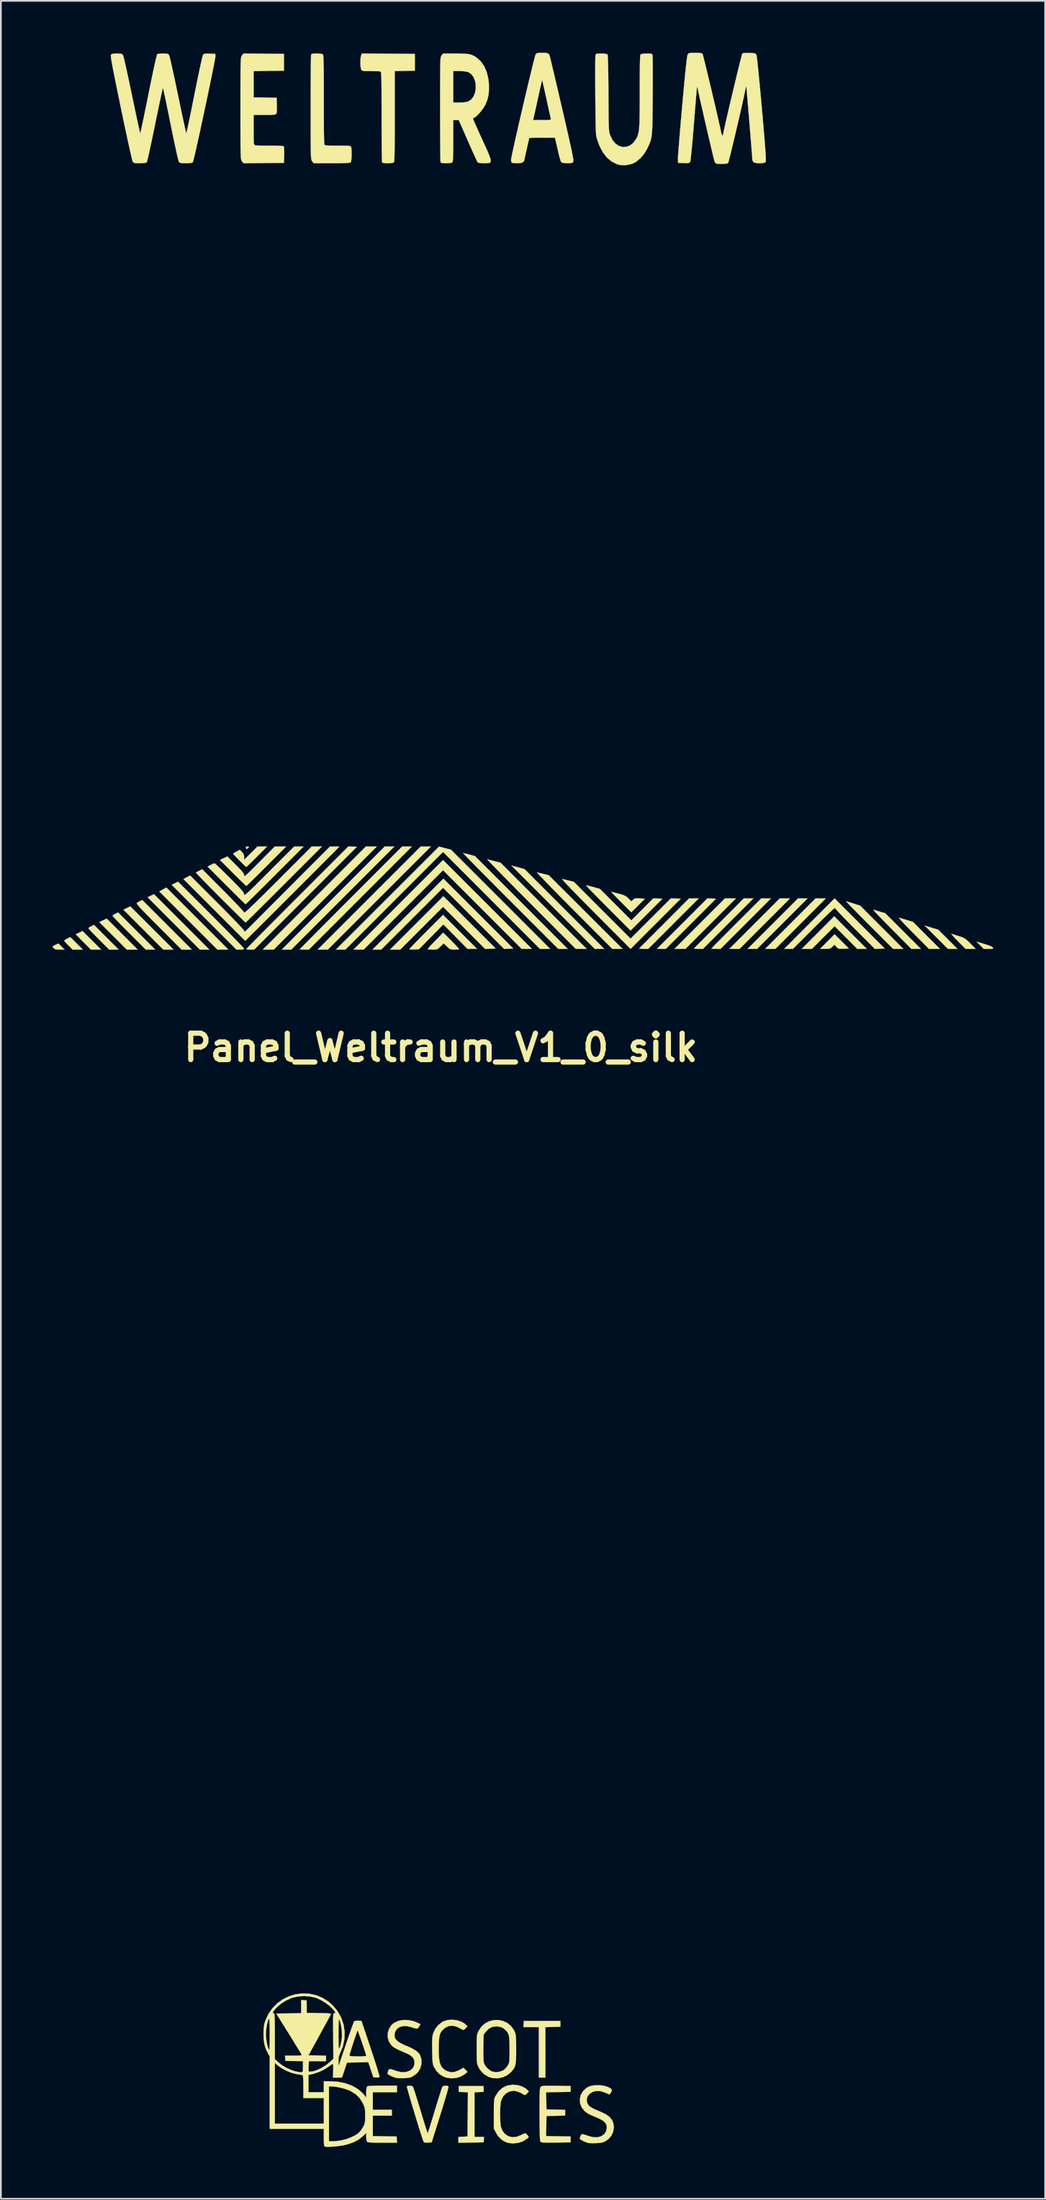
<source format=kicad_pcb>
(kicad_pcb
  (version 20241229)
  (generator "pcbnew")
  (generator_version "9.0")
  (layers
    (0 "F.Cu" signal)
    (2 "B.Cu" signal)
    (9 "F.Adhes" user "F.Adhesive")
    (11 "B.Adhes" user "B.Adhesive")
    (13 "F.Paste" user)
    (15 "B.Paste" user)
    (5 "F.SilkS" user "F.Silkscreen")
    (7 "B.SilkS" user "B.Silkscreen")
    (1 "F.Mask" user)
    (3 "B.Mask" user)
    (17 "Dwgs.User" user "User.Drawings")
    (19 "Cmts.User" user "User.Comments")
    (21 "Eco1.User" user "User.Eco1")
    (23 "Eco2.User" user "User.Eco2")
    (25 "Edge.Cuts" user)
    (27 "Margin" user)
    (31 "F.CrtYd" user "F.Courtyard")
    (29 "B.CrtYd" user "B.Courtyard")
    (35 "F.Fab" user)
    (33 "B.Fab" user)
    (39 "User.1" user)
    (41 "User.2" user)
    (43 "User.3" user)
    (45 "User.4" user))
  (footprint "Panel_Weltraum_V1_0_silk"
    (layer "F.Cu")
    (at 22.47 57.578)
    (property "Reference" "Panel_Weltraum_V1_0_silk" (at 0 0 0) (layer "F.SilkS") (effects (font (size 1.524 1.524) (thickness 0.3))))
    (attr through_hole)
    (fp_poly (pts (xy 14.161 -5.715) (xy 13.526 -5.715) (xy 16.446 -8.636) (xy 17.081 -8.636) (xy 14.161 -5.715)) (stroke (width 0.01) (type solid)) (fill yes) (layer "F.SilkS"))
    (fp_poly (pts (xy 15.927 -8.615) (xy 13.025 -5.715) (xy 12.51 -5.715) (xy 15.435 -8.641) (xy 15.927 -8.615)) (stroke (width 0.01) (type solid)) (fill yes) (layer "F.SilkS"))
    (fp_poly (pts (xy 17.294 -5.715) (xy 16.701 -5.715) (xy 19.621 -8.636) (xy 20.214 -8.636) (xy 17.294 -5.715)) (stroke (width 0.01) (type solid)) (fill yes) (layer "F.SilkS"))
    (fp_poly (pts (xy -15.473 -5.673) (xy -16.066 -5.673) (xy -18.375 -7.983) (xy -18.176 -8.08) (xy -17.977 -8.176) (xy -15.473 -5.673)) (stroke (width 0.01) (type solid)) (fill yes) (layer "F.SilkS"))
    (fp_poly (pts (xy 18.31 -5.715) (xy 17.759 -5.715) (xy 19.219 -7.176) (xy 20.679 -8.636) (xy 21.23 -8.636) (xy 18.31 -5.715)) (stroke (width 0.01) (type solid)) (fill yes) (layer "F.SilkS"))
    (fp_poly (pts (xy 19.368 -5.715) (xy 18.775 -5.715) (xy 20.235 -7.176) (xy 21.695 -8.636) (xy 22.288 -8.636) (xy 19.368 -5.715)) (stroke (width 0.01) (type solid)) (fill yes) (layer "F.SilkS"))
    (fp_poly (pts (xy -18.445 -6.57) (xy -17.547 -5.673) (xy -18.183 -5.673) (xy -19.774 -7.265) (xy -19.558 -7.366) (xy -19.342 -7.467) (xy -18.445 -6.57)) (stroke (width 0.01) (type solid)) (fill yes) (layer "F.SilkS"))
    (fp_poly (pts (xy -14.095 -7.47) (xy -12.298 -5.673) (xy -12.933 -5.673) (xy -16.298 -9.038) (xy -16.095 -9.152) (xy -15.891 -9.267) (xy -14.095 -7.47)) (stroke (width 0.01) (type solid)) (fill yes) (layer "F.SilkS"))
    (fp_poly (pts (xy -13.399 -5.673) (xy -13.949 -5.673) (xy -15.464 -7.188) (xy -16.978 -8.703) (xy -16.793 -8.793) (xy -16.608 -8.882) (xy -13.399 -5.673)) (stroke (width 0.01) (type solid)) (fill yes) (layer "F.SilkS"))
    (fp_poly (pts (xy 4.465 -10.437) (xy 4.844 -10.332) (xy 9.461 -5.715) (xy 8.911 -5.715) (xy 6.498 -8.128) (xy 4.085 -10.541) (xy 4.465 -10.437)) (stroke (width 0.01) (type solid)) (fill yes) (layer "F.SilkS"))
    (fp_poly (pts (xy 28.406 -6.943) (xy 28.804 -6.819) (xy 29.908 -5.715) (xy 29.357 -5.715) (xy 28.682 -6.391) (xy 28.008 -7.066) (xy 28.406 -6.943)) (stroke (width 0.01) (type solid)) (fill yes) (layer "F.SilkS"))
    (fp_poly (pts (xy -20.202 -6.211) (xy -19.664 -5.673) (xy -20.258 -5.673) (xy -20.698 -6.114) (xy -21.138 -6.556) (xy -20.94 -6.653) (xy -20.741 -6.749) (xy -20.202 -6.211)) (stroke (width 0.01) (type solid)) (fill yes) (layer "F.SilkS"))
    (fp_poly (pts (xy -4.022 -11.642) (xy -3.704 -11.641) (xy -6.689 -8.657) (xy -9.674 -5.673) (xy -10.308 -5.673) (xy -7.324 -8.657) (xy -4.339 -11.642) (xy -4.022 -11.642)) (stroke (width 0.01) (type solid)) (fill yes) (layer "F.SilkS"))
    (fp_poly (pts (xy -0.868 -11.642) (xy -0.572 -11.641) (xy -3.557 -8.657) (xy -6.542 -5.673) (xy -7.133 -5.673) (xy -4.149 -8.657) (xy -1.164 -11.642) (xy -0.868 -11.642)) (stroke (width 0.01) (type solid)) (fill yes) (layer "F.SilkS"))
    (fp_poly (pts (xy 1.662 -7.25) (xy 3.176 -5.736) (xy 2.564 -5.711) (xy 0.129 -8.15) (xy -2.352 -5.673) (xy -2.942 -5.673) (xy -1.397 -7.218) (xy 0.148 -8.763) (xy 1.662 -7.25)) (stroke (width 0.01) (type solid)) (fill yes) (layer "F.SilkS"))
    (fp_poly (pts (xy -11.175 -11.635) (xy -11.111 -11.621) (xy -11.114 -11.594) (xy -11.166 -11.545) (xy -11.229 -11.495) (xy -11.261 -11.503) (xy -11.278 -11.54) (xy -11.291 -11.615) (xy -11.245 -11.64) (xy -11.175 -11.635)) (stroke (width 0.01) (type solid)) (fill yes) (layer "F.SilkS"))
    (fp_poly (pts (xy 2.699 -8.287) (xy 5.27 -5.715) (xy 4.677 -5.715) (xy 0.128 -10.267) (xy -2.169 -7.97) (xy -4.466 -5.673) (xy -5.059 -5.673) (xy -2.466 -8.266) (xy 0.127 -10.858) (xy 2.699 -8.287)) (stroke (width 0.01) (type solid)) (fill yes) (layer "F.SilkS"))
    (fp_poly (pts (xy 23.717 -6.657) (xy 24.659 -5.715) (xy 24.108 -5.715) (xy 23.453 -6.371) (xy 22.797 -7.027) (xy 22.14 -6.371) (xy 21.483 -5.715) (xy 20.892 -5.715) (xy 22.775 -7.599) (xy 23.717 -6.657)) (stroke (width 0.01) (type solid)) (fill yes) (layer "F.SilkS"))
    (fp_poly (pts (xy 6.921 56.663) (xy 6.488 56.675) (xy 6.054 56.687) (xy 6.054 59.605) (xy 5.673 59.605) (xy 5.673 56.684) (xy 4.779 56.684) (xy 4.792 56.504) (xy 4.805 56.325) (xy 6.921 56.325) (xy 6.921 56.663)) (stroke (width 0.01) (type solid)) (fill yes) (layer "F.SilkS"))
    (fp_poly (pts (xy 0.592 -11.453) (xy 3.46 -8.584) (xy 6.329 -5.715) (xy 5.735 -5.715) (xy 2.932 -8.52) (xy 0.128 -11.325) (xy -2.699 -8.499) (xy -5.526 -5.673) (xy -6.075 -5.673) (xy -3.09 -8.654) (xy -0.106 -11.635) (xy 0.592 -11.453)) (stroke (width 0.01) (type solid)) (fill yes) (layer "F.SilkS"))
    (fp_poly (pts (xy 2.17 -7.758) (xy 4.192 -5.736) (xy 3.929 -5.723) (xy 3.665 -5.711) (xy 1.897 -7.481) (xy 0.128 -9.251) (xy -1.661 -7.462) (xy -3.45 -5.673) (xy -3.958 -5.673) (xy -1.905 -7.726) (xy 0.148 -9.779) (xy 2.17 -7.758)) (stroke (width 0.01) (type solid)) (fill yes) (layer "F.SilkS"))
    (fp_poly (pts (xy -21.959 -5.85) (xy -21.782 -5.673) (xy -22.06 -5.673) (xy -22.229 -5.679) (xy -22.335 -5.7) (xy -22.402 -5.742) (xy -22.409 -5.75) (xy -22.462 -5.815) (xy -22.465 -5.859) (xy -22.409 -5.901) (xy -22.307 -5.949) (xy -22.135 -6.026) (xy -21.959 -5.85)) (stroke (width 0.01) (type solid)) (fill yes) (layer "F.SilkS"))
    (fp_poly (pts (xy -21.087 -6.037) (xy -20.723 -5.673) (xy -21.317 -5.673) (xy -21.56 -5.917) (xy -21.672 -6.034) (xy -21.757 -6.129) (xy -21.799 -6.185) (xy -21.802 -6.192) (xy -21.767 -6.227) (xy -21.68 -6.282) (xy -21.626 -6.311) (xy -21.451 -6.4) (xy -21.087 -6.037)) (stroke (width 0.01) (type solid)) (fill yes) (layer "F.SilkS"))
    (fp_poly (pts (xy -19.365 -6.389) (xy -18.649 -5.673) (xy -19.199 -5.673) (xy -19.802 -6.276) (xy -19.985 -6.461) (xy -20.146 -6.626) (xy -20.275 -6.762) (xy -20.364 -6.859) (xy -20.403 -6.907) (xy -20.405 -6.911) (xy -20.37 -6.947) (xy -20.285 -7.001) (xy -20.243 -7.024) (xy -20.081 -7.106) (xy -19.365 -6.389)) (stroke (width 0.01) (type solid)) (fill yes) (layer "F.SilkS"))
    (fp_poly (pts (xy -16.532 -5.673) (xy -17.082 -5.673) (xy -18.045 -6.636) (xy -18.279 -6.871) (xy -18.492 -7.087) (xy -18.677 -7.276) (xy -18.828 -7.433) (xy -18.937 -7.548) (xy -18.998 -7.616) (xy -19.008 -7.63) (xy -18.973 -7.666) (xy -18.888 -7.721) (xy -18.846 -7.743) (xy -18.684 -7.826) (xy -16.532 -5.673)) (stroke (width 0.01) (type solid)) (fill yes) (layer "F.SilkS"))
    (fp_poly (pts (xy 2.477 60.431) (xy 2.212 60.443) (xy 1.947 60.456) (xy 1.947 63.034) (xy 2.503 63.034) (xy 2.477 63.352) (xy 1.016 63.375) (xy 1.016 63.038) (xy 1.281 63.026) (xy 1.545 63.013) (xy 1.568 60.456) (xy 1.302 60.443) (xy 1.037 60.431) (xy 1.037 60.092) (xy 2.477 60.092) (xy 2.477 60.431)) (stroke (width 0.01) (type solid)) (fill yes) (layer "F.SilkS"))
    (fp_poly (pts (xy 26.599 -7.499) (xy 26.734 -7.459) (xy 26.901 -7.408) (xy 26.969 -7.387) (xy 27.332 -7.276) (xy 28.892 -5.715) (xy 28.257 -5.715) (xy 27.347 -6.629) (xy 27.125 -6.855) (xy 26.928 -7.058) (xy 26.762 -7.233) (xy 26.634 -7.373) (xy 26.551 -7.47) (xy 26.518 -7.517) (xy 26.522 -7.521) (xy 26.599 -7.499)) (stroke (width 0.01) (type solid)) (fill yes) (layer "F.SilkS"))
    (fp_poly (pts (xy 31.369 -6.028) (xy 31.584 -5.961) (xy 31.734 -5.911) (xy 31.832 -5.874) (xy 31.895 -5.841) (xy 31.936 -5.808) (xy 31.958 -5.783) (xy 31.98 -5.747) (xy 31.961 -5.727) (xy 31.888 -5.717) (xy 31.746 -5.715) (xy 31.722 -5.715) (xy 31.429 -5.715) (xy 31.222 -5.926) (xy 31.014 -6.136) (xy 31.369 -6.028)) (stroke (width 0.01) (type solid)) (fill yes) (layer "F.SilkS"))
    (fp_poly (pts (xy 12.008 -5.715) (xy 11.733 -5.715) (xy 11.599 -5.719) (xy 11.51 -5.731) (xy 11.487 -5.747) (xy 11.522 -5.782) (xy 11.611 -5.872) (xy 11.748 -6.009) (xy 11.927 -6.188) (xy 12.142 -6.404) (xy 12.386 -6.649) (xy 12.655 -6.918) (xy 12.942 -7.205) (xy 12.944 -7.207) (xy 14.371 -8.636) (xy 14.931 -8.636) (xy 12.008 -5.715)) (stroke (width 0.01) (type solid)) (fill yes) (layer "F.SilkS"))
    (fp_poly (pts (xy 15.177 -5.715) (xy 14.905 -5.715) (xy 14.769 -5.718) (xy 14.678 -5.725) (xy 14.651 -5.735) (xy 14.683 -5.768) (xy 14.77 -5.856) (xy 14.904 -5.991) (xy 15.081 -6.169) (xy 15.294 -6.383) (xy 15.537 -6.627) (xy 15.805 -6.896) (xy 16.092 -7.184) (xy 16.104 -7.196) (xy 17.539 -8.636) (xy 18.097 -8.636) (xy 15.177 -5.715)) (stroke (width 0.01) (type solid)) (fill yes) (layer "F.SilkS"))
    (fp_poly (pts (xy 16.193 -5.715) (xy 15.928 -5.715) (xy 15.791 -5.718) (xy 15.695 -5.724) (xy 15.663 -5.733) (xy 15.692 -5.765) (xy 15.776 -5.852) (xy 15.907 -5.986) (xy 16.081 -6.163) (xy 16.292 -6.376) (xy 16.535 -6.619) (xy 16.802 -6.888) (xy 17.089 -7.175) (xy 17.107 -7.193) (xy 18.551 -8.636) (xy 19.113 -8.636) (xy 16.193 -5.715)) (stroke (width 0.01) (type solid)) (fill yes) (layer "F.SilkS"))
    (fp_poly (pts (xy -15.851 -7.109) (xy -14.415 -5.673) (xy -15.008 -5.673) (xy -16.333 -6.999) (xy -16.664 -7.331) (xy -16.938 -7.608) (xy -17.159 -7.835) (xy -17.331 -8.015) (xy -17.458 -8.154) (xy -17.543 -8.254) (xy -17.592 -8.322) (xy -17.607 -8.36) (xy -17.603 -8.369) (xy -17.527 -8.419) (xy -17.421 -8.478) (xy -17.417 -8.48) (xy -17.287 -8.546) (xy -15.851 -7.109)) (stroke (width 0.01) (type solid)) (fill yes) (layer "F.SilkS"))
    (fp_poly (pts (xy 23.21 -6.149) (xy 23.624 -5.736) (xy 23.316 -5.723) (xy 23.155 -5.719) (xy 23.053 -5.726) (xy 22.985 -5.752) (xy 22.925 -5.804) (xy 22.896 -5.836) (xy 22.784 -5.961) (xy 22.666 -5.838) (xy 22.596 -5.773) (xy 22.525 -5.736) (xy 22.427 -5.719) (xy 22.274 -5.715) (xy 22.25 -5.715) (xy 21.951 -5.715) (xy 22.795 -6.562) (xy 23.21 -6.149)) (stroke (width 0.01) (type solid)) (fill yes) (layer "F.SilkS"))
    (fp_poly (pts (xy 23.514 -8.454) (xy 23.627 -8.422) (xy 23.782 -8.374) (xy 23.886 -8.341) (xy 24.278 -8.215) (xy 25.527 -6.965) (xy 26.775 -5.715) (xy 26.183 -5.715) (xy 24.807 -7.091) (xy 24.528 -7.371) (xy 24.269 -7.632) (xy 24.036 -7.868) (xy 23.835 -8.073) (xy 23.671 -8.241) (xy 23.551 -8.367) (xy 23.48 -8.444) (xy 23.463 -8.467) (xy 23.514 -8.454)) (stroke (width 0.01) (type solid)) (fill yes) (layer "F.SilkS"))
    (fp_poly (pts (xy 25.109 -7.961) (xy 25.241 -7.922) (xy 25.4 -7.875) (xy 25.419 -7.869) (xy 25.728 -7.779) (xy 26.76 -6.747) (xy 27.791 -5.715) (xy 27.241 -5.715) (xy 26.098 -6.864) (xy 25.847 -7.118) (xy 25.618 -7.351) (xy 25.419 -7.557) (xy 25.254 -7.73) (xy 25.131 -7.863) (xy 25.054 -7.95) (xy 25.03 -7.986) (xy 25.032 -7.986) (xy 25.109 -7.961)) (stroke (width 0.01) (type solid)) (fill yes) (layer "F.SilkS"))
    (fp_poly (pts (xy 2.095 -5.715) (xy 1.542 -5.715) (xy 0.845 -6.424) (xy 0.148 -7.133) (xy -0.558 -6.416) (xy -1.264 -5.698) (xy -1.542 -5.681) (xy -1.683 -5.677) (xy -1.783 -5.684) (xy -1.82 -5.7) (xy -1.791 -5.738) (xy -1.709 -5.828) (xy -1.582 -5.963) (xy -1.415 -6.135) (xy -1.216 -6.338) (xy -0.992 -6.564) (xy -0.847 -6.71) (xy 0.127 -7.683) (xy 2.095 -5.715)) (stroke (width 0.01) (type solid)) (fill yes) (layer "F.SilkS"))
    (fp_poly (pts (xy 29.631 -6.566) (xy 29.761 -6.525) (xy 29.924 -6.474) (xy 29.986 -6.454) (xy 30.152 -6.4) (xy 30.276 -6.346) (xy 30.383 -6.279) (xy 30.496 -6.182) (xy 30.642 -6.04) (xy 30.652 -6.03) (xy 30.965 -5.715) (xy 30.373 -5.715) (xy 29.929 -6.165) (xy 29.78 -6.319) (xy 29.663 -6.447) (xy 29.584 -6.539) (xy 29.553 -6.587) (xy 29.559 -6.59) (xy 29.631 -6.566)) (stroke (width 0.01) (type solid)) (fill yes) (layer "F.SilkS"))
    (fp_poly (pts (xy -13.299 -7.69) (xy -12.967 -7.357) (xy -12.652 -7.04) (xy -12.361 -6.745) (xy -12.099 -6.478) (xy -11.87 -6.243) (xy -11.68 -6.045) (xy -11.533 -5.891) (xy -11.434 -5.784) (xy -11.39 -5.73) (xy -11.388 -5.725) (xy -11.427 -5.69) (xy -11.548 -5.674) (xy -11.61 -5.673) (xy -11.833 -5.673) (xy -13.707 -7.547) (xy -15.581 -9.422) (xy -15.396 -9.512) (xy -15.211 -9.602) (xy -13.299 -7.69)) (stroke (width 0.01) (type solid)) (fill yes) (layer "F.SilkS"))
    (fp_poly (pts (xy -2.967 -11.642) (xy -2.688 -11.641) (xy -5.673 -8.657) (xy -8.658 -5.673) (xy -9.203 -5.673) (xy -9.057 -5.824) (xy -9.006 -5.875) (xy -8.9 -5.982) (xy -8.743 -6.14) (xy -8.539 -6.344) (xy -8.293 -6.591) (xy -8.009 -6.876) (xy -7.692 -7.193) (xy -7.346 -7.54) (xy -6.975 -7.911) (xy -6.584 -8.303) (xy -6.177 -8.71) (xy -6.079 -8.808) (xy -3.246 -11.642) (xy -2.967 -11.642)) (stroke (width 0.01) (type solid)) (fill yes) (layer "F.SilkS"))
    (fp_poly (pts (xy 2.762 -10.882) (xy 2.897 -10.845) (xy 3.063 -10.802) (xy 3.112 -10.79) (xy 3.457 -10.703) (xy 8.445 -5.715) (xy 7.81 -5.715) (xy 5.207 -8.324) (xy 4.82 -8.713) (xy 4.452 -9.083) (xy 4.107 -9.431) (xy 3.79 -9.752) (xy 3.505 -10.043) (xy 3.255 -10.299) (xy 3.045 -10.515) (xy 2.879 -10.688) (xy 2.762 -10.813) (xy 2.696 -10.887) (xy 2.685 -10.905) (xy 2.762 -10.882)) (stroke (width 0.01) (type solid)) (fill yes) (layer "F.SilkS"))
    (fp_poly (pts (xy 7.123 -9.738) (xy 7.268 -9.702) (xy 7.416 -9.665) (xy 7.699 -9.595) (xy 9.342 -7.951) (xy 10.985 -6.308) (xy 13.319 -8.64) (xy 13.886 -8.615) (xy 10.985 -5.715) (xy 8.953 -7.752) (xy 8.528 -8.18) (xy 8.152 -8.56) (xy 7.828 -8.891) (xy 7.556 -9.17) (xy 7.339 -9.398) (xy 7.177 -9.572) (xy 7.072 -9.691) (xy 7.025 -9.753) (xy 7.027 -9.762) (xy 7.123 -9.738)) (stroke (width 0.01) (type solid)) (fill yes) (layer "F.SilkS"))
    (fp_poly (pts (xy -4.657 -8.657) (xy -7.641 -5.673) (xy -7.906 -5.673) (xy -8.043 -5.675) (xy -8.138 -5.681) (xy -8.17 -5.688) (xy -8.141 -5.72) (xy -8.056 -5.807) (xy -7.919 -5.946) (xy -7.734 -6.133) (xy -7.506 -6.363) (xy -7.238 -6.633) (xy -6.934 -6.939) (xy -6.598 -7.276) (xy -6.235 -7.64) (xy -5.848 -8.028) (xy -5.441 -8.435) (xy -5.204 -8.673) (xy -2.237 -11.642) (xy -1.672 -11.642) (xy -4.657 -8.657)) (stroke (width 0.01) (type solid)) (fill yes) (layer "F.SilkS"))
    (fp_poly (pts (xy 5.567 -10.145) (xy 5.649 -10.123) (xy 5.785 -10.09) (xy 5.945 -10.051) (xy 5.948 -10.051) (xy 6.244 -9.98) (xy 8.382 -7.848) (xy 10.52 -5.715) (xy 9.927 -5.715) (xy 7.705 -7.942) (xy 7.348 -8.3) (xy 7.011 -8.639) (xy 6.699 -8.956) (xy 6.415 -9.245) (xy 6.165 -9.502) (xy 5.952 -9.722) (xy 5.781 -9.901) (xy 5.657 -10.034) (xy 5.584 -10.117) (xy 5.566 -10.145) (xy 5.567 -10.145)) (stroke (width 0.01) (type solid)) (fill yes) (layer "F.SilkS"))
    (fp_poly (pts (xy -5.106 -11.633) (xy -4.862 -11.62) (xy -7.834 -8.647) (xy -10.807 -5.673) (xy -11.034 -5.673) (xy -11.159 -5.678) (xy -11.242 -5.692) (xy -11.261 -5.705) (xy -11.231 -5.738) (xy -11.146 -5.828) (xy -11.009 -5.969) (xy -10.824 -6.158) (xy -10.596 -6.39) (xy -10.327 -6.661) (xy -10.023 -6.968) (xy -9.687 -7.306) (xy -9.324 -7.671) (xy -8.937 -8.059) (xy -8.531 -8.466) (xy -8.305 -8.691) (xy -5.35 -11.646) (xy -5.106 -11.633)) (stroke (width 0.01) (type solid)) (fill yes) (layer "F.SilkS"))
    (fp_poly (pts (xy 1.346 -11.25) (xy 1.462 -11.223) (xy 1.614 -11.183) (xy 1.651 -11.174) (xy 1.974 -11.086) (xy 4.659 -8.401) (xy 7.345 -5.715) (xy 6.794 -5.715) (xy 4.022 -8.488) (xy 3.621 -8.889) (xy 3.238 -9.273) (xy 2.877 -9.636) (xy 2.543 -9.973) (xy 2.24 -10.279) (xy 1.971 -10.552) (xy 1.74 -10.787) (xy 1.553 -10.979) (xy 1.412 -11.124) (xy 1.323 -11.219) (xy 1.288 -11.26) (xy 1.288 -11.261) (xy 1.346 -11.25)) (stroke (width 0.01) (type solid)) (fill yes) (layer "F.SilkS"))
    (fp_poly (pts (xy 8.461 -9.387) (xy 8.579 -9.359) (xy 8.737 -9.318) (xy 8.825 -9.294) (xy 9.204 -9.19) (xy 10.116 -8.278) (xy 11.028 -7.366) (xy 12.303 -8.64) (xy 12.565 -8.628) (xy 12.828 -8.615) (xy 11.907 -7.694) (xy 10.985 -6.773) (xy 9.673 -8.086) (xy 9.401 -8.359) (xy 9.15 -8.613) (xy 8.925 -8.842) (xy 8.733 -9.039) (xy 8.58 -9.199) (xy 8.471 -9.316) (xy 8.412 -9.383) (xy 8.404 -9.398) (xy 8.461 -9.387)) (stroke (width 0.01) (type solid)) (fill yes) (layer "F.SilkS"))
    (fp_poly (pts (xy 24.247 -7.186) (xy 25.697 -5.736) (xy 25.13 -5.711) (xy 23.974 -6.866) (xy 23.716 -7.125) (xy 23.479 -7.367) (xy 23.268 -7.585) (xy 23.09 -7.772) (xy 22.952 -7.922) (xy 22.859 -8.027) (xy 22.819 -8.081) (xy 22.818 -8.085) (xy 22.789 -8.07) (xy 22.707 -8.001) (xy 22.578 -7.883) (xy 22.408 -7.723) (xy 22.203 -7.526) (xy 21.97 -7.299) (xy 21.715 -7.046) (xy 21.6 -6.932) (xy 20.383 -5.715) (xy 19.876 -5.715) (xy 21.336 -7.176) (xy 22.796 -8.636) (xy 24.247 -7.186)) (stroke (width 0.01) (type solid)) (fill yes) (layer "F.SilkS"))
    (fp_poly (pts (xy 9.912 -9.006) (xy 10.022 -8.979) (xy 10.177 -8.94) (xy 10.282 -8.913) (xy 10.481 -8.859) (xy 10.621 -8.808) (xy 10.726 -8.75) (xy 10.821 -8.672) (xy 10.855 -8.639) (xy 11.03 -8.467) (xy 11.135 -8.563) (xy 11.201 -8.613) (xy 11.275 -8.639) (xy 11.381 -8.645) (xy 11.526 -8.636) (xy 11.813 -8.615) (xy 11.42 -8.223) (xy 11.026 -7.832) (xy 10.435 -8.424) (xy 10.256 -8.605) (xy 10.1 -8.763) (xy 9.977 -8.891) (xy 9.896 -8.978) (xy 9.864 -9.015) (xy 9.864 -9.016) (xy 9.912 -9.006)) (stroke (width 0.01) (type solid)) (fill yes) (layer "F.SilkS"))
    (fp_poly (pts (xy -10.647 -11.049) (xy -10.829 -10.868) (xy -10.991 -10.709) (xy -11.123 -10.581) (xy -11.215 -10.494) (xy -11.259 -10.457) (xy -11.261 -10.456) (xy -11.298 -10.485) (xy -11.382 -10.562) (xy -11.501 -10.676) (xy -11.642 -10.817) (xy -11.653 -10.828) (xy -11.794 -10.971) (xy -11.91 -11.092) (xy -11.99 -11.179) (xy -12.023 -11.219) (xy -12.023 -11.22) (xy -11.989 -11.251) (xy -11.902 -11.306) (xy -11.833 -11.345) (xy -11.644 -11.448) (xy -11.516 -11.325) (xy -11.424 -11.214) (xy -11.39 -11.093) (xy -11.388 -11.035) (xy -11.388 -10.868) (xy -10.999 -11.255) (xy -10.61 -11.642) (xy -10.055 -11.642) (xy -10.647 -11.049)) (stroke (width 0.01) (type solid)) (fill yes) (layer "F.SilkS"))
    (fp_poly (pts (xy 0.598 -6.197) (xy 0.757 -6.036) (xy 0.892 -5.896) (xy 0.993 -5.787) (xy 1.05 -5.72) (xy 1.058 -5.705) (xy 1.02 -5.688) (xy 0.92 -5.676) (xy 0.802 -5.673) (xy 0.655 -5.677) (xy 0.556 -5.698) (xy 0.468 -5.751) (xy 0.358 -5.85) (xy 0.354 -5.854) (xy 0.162 -6.035) (xy -0.019 -5.854) (xy -0.121 -5.757) (xy -0.201 -5.702) (xy -0.291 -5.679) (xy -0.425 -5.673) (xy -0.481 -5.673) (xy -0.623 -5.677) (xy -0.724 -5.688) (xy -0.762 -5.704) (xy -0.734 -5.744) (xy -0.656 -5.833) (xy -0.54 -5.959) (xy -0.394 -6.112) (xy -0.312 -6.196) (xy 0.137 -6.656) (xy 0.598 -6.197)) (stroke (width 0.01) (type solid)) (fill yes) (layer "F.SilkS"))
    (fp_poly (pts (xy -10.097 -10.499) (xy -10.352 -10.243) (xy -10.589 -10.008) (xy -10.8 -9.799) (xy -10.98 -9.623) (xy -11.12 -9.486) (xy -11.216 -9.395) (xy -11.259 -9.357) (xy -11.261 -9.356) (xy -11.295 -9.384) (xy -11.382 -9.465) (xy -11.511 -9.59) (xy -11.675 -9.751) (xy -11.865 -9.94) (xy -12.036 -10.11) (xy -12.789 -10.863) (xy -12.573 -10.964) (xy -12.358 -11.065) (xy -11.873 -10.582) (xy -11.685 -10.391) (xy -11.55 -10.249) (xy -11.462 -10.143) (xy -11.411 -10.064) (xy -11.39 -10.001) (xy -11.388 -9.974) (xy -11.383 -9.942) (xy -11.366 -9.932) (xy -11.331 -9.946) (xy -11.27 -9.992) (xy -11.178 -10.073) (xy -11.049 -10.196) (xy -10.877 -10.366) (xy -10.655 -10.588) (xy -10.499 -10.745) (xy -9.61 -11.642) (xy -8.954 -11.642) (xy -10.097 -10.499)) (stroke (width 0.01) (type solid)) (fill yes) (layer "F.SilkS"))
    (fp_poly (pts (xy 6.539 60.079) (xy 6.682 60.081) (xy 7.514 60.092) (xy 7.514 60.431) (xy 6.093 60.454) (xy 6.117 61.447) (xy 7.197 61.471) (xy 7.197 61.804) (xy 6.117 61.828) (xy 6.105 62.409) (xy 6.094 62.99) (xy 6.804 63.002) (xy 7.514 63.013) (xy 7.514 63.352) (xy 6.659 63.363) (xy 6.369 63.367) (xy 6.152 63.368) (xy 5.997 63.365) (xy 5.892 63.358) (xy 5.826 63.346) (xy 5.788 63.328) (xy 5.766 63.303) (xy 5.759 63.292) (xy 5.746 63.224) (xy 5.735 63.074) (xy 5.727 62.846) (xy 5.72 62.543) (xy 5.716 62.168) (xy 5.715 61.724) (xy 5.715 61.707) (xy 5.715 61.305) (xy 5.717 60.979) (xy 5.719 60.722) (xy 5.724 60.524) (xy 5.73 60.377) (xy 5.739 60.273) (xy 5.751 60.204) (xy 5.766 60.161) (xy 5.782 60.137) (xy 5.816 60.113) (xy 5.871 60.096) (xy 5.96 60.085) (xy 6.093 60.079) (xy 6.282 60.077) (xy 6.539 60.079)) (stroke (width 0.01) (type solid)) (fill yes) (layer "F.SilkS"))
    (fp_poly (pts (xy -9.61 -9.97) (xy -9.92 -9.659) (xy -10.213 -9.367) (xy -10.482 -9.1) (xy -10.723 -8.862) (xy -10.929 -8.658) (xy -11.095 -8.495) (xy -11.216 -8.377) (xy -11.287 -8.311) (xy -11.303 -8.297) (xy -11.337 -8.326) (xy -11.424 -8.408) (xy -11.557 -8.537) (xy -11.729 -8.706) (xy -11.934 -8.909) (xy -12.164 -9.138) (xy -12.414 -9.387) (xy -12.414 -9.388) (xy -13.504 -10.478) (xy -13.324 -10.573) (xy -13.21 -10.629) (xy -13.124 -10.663) (xy -13.102 -10.668) (xy -13.062 -10.639) (xy -12.97 -10.558) (xy -12.836 -10.431) (xy -12.665 -10.268) (xy -12.468 -10.074) (xy -12.251 -9.859) (xy -12.223 -9.832) (xy -11.972 -9.579) (xy -11.776 -9.379) (xy -11.628 -9.222) (xy -11.521 -9.103) (xy -11.451 -9.014) (xy -11.409 -8.948) (xy -11.39 -8.896) (xy -11.388 -8.869) (xy -11.383 -8.844) (xy -11.367 -8.836) (xy -11.335 -8.848) (xy -11.281 -8.886) (xy -11.201 -8.954) (xy -11.09 -9.056) (xy -10.943 -9.196) (xy -10.755 -9.379) (xy -10.521 -9.61) (xy -10.238 -9.892) (xy -9.938 -10.192) (xy -8.487 -11.642) (xy -7.938 -11.642) (xy -9.61 -9.97)) (stroke (width 0.01) (type solid)) (fill yes) (layer "F.SilkS"))
    (fp_poly (pts (xy -9.081 -9.44) (xy -9.438 -9.083) (xy -9.778 -8.744) (xy -10.096 -8.427) (xy -10.387 -8.138) (xy -10.646 -7.881) (xy -10.869 -7.66) (xy -11.051 -7.481) (xy -11.187 -7.348) (xy -11.273 -7.266) (xy -11.303 -7.239) (xy -11.336 -7.268) (xy -11.424 -7.351) (xy -11.559 -7.483) (xy -11.736 -7.657) (xy -11.95 -7.868) (xy -12.193 -8.11) (xy -12.462 -8.377) (xy -12.749 -8.663) (xy -12.762 -8.677) (xy -13.048 -8.964) (xy -13.315 -9.233) (xy -13.556 -9.478) (xy -13.766 -9.692) (xy -13.939 -9.871) (xy -14.07 -10.007) (xy -14.152 -10.096) (xy -14.18 -10.132) (xy -14.18 -10.132) (xy -14.133 -10.16) (xy -14.039 -10.211) (xy -13.988 -10.237) (xy -13.815 -10.324) (xy -12.605 -9.109) (xy -12.341 -8.843) (xy -12.097 -8.594) (xy -11.877 -8.367) (xy -11.69 -8.171) (xy -11.542 -8.011) (xy -11.438 -7.895) (xy -11.386 -7.83) (xy -11.381 -7.82) (xy -11.357 -7.823) (xy -11.293 -7.871) (xy -11.184 -7.965) (xy -11.03 -8.108) (xy -10.828 -8.3) (xy -10.576 -8.545) (xy -10.272 -8.844) (xy -9.914 -9.2) (xy -9.499 -9.613) (xy -9.42 -9.693) (xy -7.473 -11.642) (xy -6.879 -11.642) (xy -9.081 -9.44)) (stroke (width 0.01) (type solid)) (fill yes) (layer "F.SilkS"))
    (fp_poly (pts (xy -5.952 -11.552) (xy -5.992 -11.511) (xy -6.088 -11.414) (xy -6.232 -11.269) (xy -6.42 -11.08) (xy -6.647 -10.853) (xy -6.906 -10.592) (xy -7.194 -10.304) (xy -7.504 -9.994) (xy -7.83 -9.667) (xy -8.169 -9.328) (xy -8.514 -8.983) (xy -8.859 -8.638) (xy -9.2 -8.297) (xy -9.532 -7.966) (xy -9.848 -7.65) (xy -10.144 -7.355) (xy -10.413 -7.086) (xy -10.652 -6.848) (xy -10.854 -6.647) (xy -11.014 -6.488) (xy -11.126 -6.376) (xy -11.184 -6.319) (xy -11.326 -6.182) (xy -13.114 -7.97) (xy -14.901 -9.758) (xy -14.708 -9.861) (xy -14.514 -9.963) (xy -12.953 -8.402) (xy -12.652 -8.1) (xy -12.37 -7.814) (xy -12.112 -7.55) (xy -11.884 -7.314) (xy -11.692 -7.112) (xy -11.54 -6.949) (xy -11.436 -6.832) (xy -11.384 -6.767) (xy -11.379 -6.757) (xy -11.363 -6.699) (xy -11.328 -6.715) (xy -11.303 -6.74) (xy -11.264 -6.78) (xy -11.169 -6.876) (xy -11.024 -7.021) (xy -10.833 -7.213) (xy -10.601 -7.447) (xy -10.332 -7.717) (xy -10.031 -8.019) (xy -9.702 -8.348) (xy -9.351 -8.701) (xy -8.981 -9.071) (xy -8.828 -9.225) (xy -6.416 -11.642) (xy -5.871 -11.642) (xy -5.952 -11.552)) (stroke (width 0.01) (type solid)) (fill yes) (layer "F.SilkS"))
    (fp_poly (pts (xy -1.503 -57.51) (xy -1.503 -56.536) (xy -2.085 -56.524) (xy -2.667 -56.513) (xy -2.667 -53.898) (xy -2.667 -53.328) (xy -2.669 -52.837) (xy -2.671 -52.423) (xy -2.674 -52.078) (xy -2.679 -51.8) (xy -2.684 -51.582) (xy -2.691 -51.421) (xy -2.7 -51.312) (xy -2.71 -51.25) (xy -2.718 -51.232) (xy -2.788 -51.204) (xy -2.923 -51.186) (xy -3.073 -51.181) (xy -3.241 -51.185) (xy -3.342 -51.2) (xy -3.393 -51.229) (xy -3.403 -51.248) (xy -3.408 -51.301) (xy -3.412 -51.432) (xy -3.416 -51.632) (xy -3.42 -51.894) (xy -3.423 -52.211) (xy -3.425 -52.575) (xy -3.427 -52.978) (xy -3.429 -53.413) (xy -3.429 -53.873) (xy -3.429 -53.889) (xy -3.429 -54.424) (xy -3.43 -54.879) (xy -3.431 -55.263) (xy -3.433 -55.581) (xy -3.436 -55.838) (xy -3.44 -56.042) (xy -3.445 -56.199) (xy -3.452 -56.315) (xy -3.46 -56.395) (xy -3.47 -56.447) (xy -3.481 -56.476) (xy -3.495 -56.489) (xy -3.497 -56.49) (xy -3.564 -56.5) (xy -3.697 -56.507) (xy -3.874 -56.511) (xy -4.056 -56.512) (xy -4.271 -56.512) (xy -4.418 -56.517) (xy -4.512 -56.529) (xy -4.568 -56.551) (xy -4.602 -56.583) (xy -4.63 -56.666) (xy -4.648 -56.806) (xy -4.656 -56.979) (xy -4.653 -57.157) (xy -4.64 -57.315) (xy -4.615 -57.423) (xy -4.574 -57.532) (xy -1.503 -57.51)) (stroke (width 0.01) (type solid)) (fill yes) (layer "F.SilkS"))
    (fp_poly (pts (xy 4.452 60.043) (xy 4.698 60.116) (xy 4.905 60.227) (xy 5 60.308) (xy 5.097 60.412) (xy 4.982 60.527) (xy 4.9 60.599) (xy 4.842 60.613) (xy 4.794 60.588) (xy 4.616 60.483) (xy 4.422 60.406) (xy 4.248 60.369) (xy 4.221 60.368) (xy 3.984 60.407) (xy 3.776 60.517) (xy 3.61 60.689) (xy 3.499 60.913) (xy 3.476 61.001) (xy 3.454 61.157) (xy 3.439 61.37) (xy 3.432 61.617) (xy 3.433 61.873) (xy 3.44 62.114) (xy 3.456 62.316) (xy 3.475 62.441) (xy 3.568 62.686) (xy 3.716 62.872) (xy 3.907 62.996) (xy 4.129 63.052) (xy 4.371 63.036) (xy 4.622 62.943) (xy 4.65 62.927) (xy 4.787 62.856) (xy 4.876 62.831) (xy 4.942 62.855) (xy 5.007 62.928) (xy 5.013 62.937) (xy 5.095 63.049) (xy 4.953 63.167) (xy 4.734 63.301) (xy 4.469 63.385) (xy 4.185 63.415) (xy 3.909 63.386) (xy 3.794 63.353) (xy 3.543 63.22) (xy 3.333 63.014) (xy 3.196 62.8) (xy 3.069 62.553) (xy 3.069 61.704) (xy 3.07 61.413) (xy 3.072 61.194) (xy 3.077 61.032) (xy 3.087 60.914) (xy 3.103 60.826) (xy 3.125 60.756) (xy 3.156 60.689) (xy 3.169 60.664) (xy 3.352 60.391) (xy 3.577 60.192) (xy 3.841 60.067) (xy 4.143 60.017) (xy 4.191 60.017) (xy 4.452 60.043)) (stroke (width 0.01) (type solid)) (fill yes) (layer "F.SilkS"))
    (fp_poly (pts (xy 0.916 56.284) (xy 1.164 56.358) (xy 1.37 56.474) (xy 1.444 56.541) (xy 1.541 56.644) (xy 1.426 56.759) (xy 1.346 56.831) (xy 1.289 56.847) (xy 1.223 56.817) (xy 1.217 56.813) (xy 0.946 56.669) (xy 0.701 56.603) (xy 0.48 56.616) (xy 0.276 56.707) (xy 0.155 56.803) (xy 0.063 56.897) (xy -0.004 56.99) (xy -0.052 57.097) (xy -0.083 57.234) (xy -0.103 57.417) (xy -0.115 57.66) (xy -0.119 57.819) (xy -0.121 58.192) (xy -0.103 58.492) (xy -0.062 58.729) (xy 0.006 58.913) (xy 0.104 59.054) (xy 0.236 59.163) (xy 0.372 59.234) (xy 0.575 59.292) (xy 0.783 59.281) (xy 1.011 59.199) (xy 1.107 59.149) (xy 1.311 59.034) (xy 1.428 59.153) (xy 1.545 59.273) (xy 1.4 59.395) (xy 1.169 59.539) (xy 0.897 59.625) (xy 0.608 59.649) (xy 0.325 59.609) (xy 0.136 59.539) (xy -0.078 59.403) (xy -0.251 59.223) (xy -0.393 58.996) (xy -0.426 58.926) (xy -0.451 58.85) (xy -0.469 58.754) (xy -0.481 58.624) (xy -0.49 58.445) (xy -0.497 58.202) (xy -0.5 58.05) (xy -0.505 57.758) (xy -0.505 57.536) (xy -0.499 57.367) (xy -0.486 57.236) (xy -0.466 57.129) (xy -0.442 57.043) (xy -0.325 56.791) (xy -0.148 56.566) (xy 0.069 56.393) (xy 0.153 56.348) (xy 0.388 56.275) (xy 0.65 56.255) (xy 0.916 56.284)) (stroke (width 0.01) (type solid)) (fill yes) (layer "F.SilkS"))
    (fp_poly (pts (xy -1.695 60.086) (xy -1.623 60.12) (xy -1.619 60.124) (xy -1.597 60.176) (xy -1.555 60.299) (xy -1.494 60.484) (xy -1.419 60.719) (xy -1.333 60.996) (xy -1.239 61.303) (xy -1.18 61.499) (xy -1.084 61.818) (xy -0.995 62.109) (xy -0.916 62.362) (xy -0.85 62.569) (xy -0.801 62.721) (xy -0.77 62.806) (xy -0.762 62.822) (xy -0.745 62.783) (xy -0.707 62.672) (xy -0.651 62.5) (xy -0.58 62.274) (xy -0.497 62.006) (xy -0.405 61.704) (xy -0.343 61.499) (xy -0.246 61.178) (xy -0.155 60.882) (xy -0.073 60.62) (xy -0.003 60.404) (xy 0.05 60.243) (xy 0.085 60.146) (xy 0.096 60.124) (xy 0.164 60.087) (xy 0.269 60.073) (xy 0.373 60.082) (xy 0.44 60.114) (xy 0.447 60.125) (xy 0.439 60.176) (xy 0.408 60.299) (xy 0.357 60.484) (xy 0.287 60.723) (xy 0.203 61.007) (xy 0.105 61.326) (xy -0.002 61.672) (xy -0.031 61.765) (xy -0.53 63.352) (xy -0.752 63.365) (xy -0.884 63.368) (xy -0.957 63.354) (xy -0.996 63.313) (xy -1.014 63.273) (xy -1.055 63.155) (xy -1.114 62.978) (xy -1.187 62.753) (xy -1.27 62.489) (xy -1.36 62.199) (xy -1.454 61.891) (xy -1.549 61.578) (xy -1.642 61.27) (xy -1.729 60.977) (xy -1.808 60.71) (xy -1.874 60.479) (xy -1.925 60.296) (xy -1.958 60.172) (xy -1.969 60.115) (xy -1.968 60.113) (xy -1.907 60.081) (xy -1.803 60.072) (xy -1.695 60.086)) (stroke (width 0.01) (type solid)) (fill yes) (layer "F.SilkS"))
    (fp_poly (pts (xy -10.252 -57.521) (xy -9.081 -57.51) (xy -9.081 -56.536) (xy -9.959 -56.525) (xy -10.837 -56.513) (xy -10.837 -54.993) (xy -9.504 -54.97) (xy -9.492 -54.532) (xy -9.49 -54.29) (xy -9.502 -54.124) (xy -9.526 -54.038) (xy -9.529 -54.034) (xy -9.569 -54.01) (xy -9.649 -53.993) (xy -9.782 -53.982) (xy -9.978 -53.976) (xy -10.208 -53.975) (xy -10.837 -53.975) (xy -10.837 -53.112) (xy -10.837 -52.818) (xy -10.834 -52.597) (xy -10.829 -52.44) (xy -10.82 -52.334) (xy -10.807 -52.27) (xy -10.788 -52.235) (xy -10.767 -52.221) (xy -10.704 -52.213) (xy -10.571 -52.206) (xy -10.383 -52.201) (xy -10.154 -52.199) (xy -9.915 -52.199) (xy -9.665 -52.198) (xy -9.444 -52.194) (xy -9.266 -52.187) (xy -9.145 -52.176) (xy -9.095 -52.165) (xy -9.08 -52.109) (xy -9.071 -51.988) (xy -9.067 -51.82) (xy -9.068 -51.664) (xy -9.081 -51.202) (xy -10.252 -51.191) (xy -11.423 -51.18) (xy -11.511 -51.292) (xy -11.528 -51.315) (xy -11.543 -51.342) (xy -11.555 -51.378) (xy -11.566 -51.43) (xy -11.575 -51.503) (xy -11.582 -51.605) (xy -11.587 -51.741) (xy -11.591 -51.916) (xy -11.595 -52.138) (xy -11.597 -52.412) (xy -11.598 -52.744) (xy -11.599 -53.141) (xy -11.599 -53.607) (xy -11.599 -54.151) (xy -11.599 -54.356) (xy -11.599 -54.927) (xy -11.599 -55.42) (xy -11.598 -55.84) (xy -11.597 -56.193) (xy -11.595 -56.486) (xy -11.593 -56.725) (xy -11.589 -56.916) (xy -11.584 -57.065) (xy -11.577 -57.177) (xy -11.569 -57.26) (xy -11.559 -57.319) (xy -11.547 -57.359) (xy -11.533 -57.389) (xy -11.517 -57.412) (xy -11.511 -57.42) (xy -11.423 -57.532) (xy -10.252 -57.521)) (stroke (width 0.01) (type solid)) (fill yes) (layer "F.SilkS"))
    (fp_poly (pts (xy -1.883 56.275) (xy -1.578 56.341) (xy -1.421 56.403) (xy -1.177 56.514) (xy -1.259 56.652) (xy -1.306 56.725) (xy -1.353 56.764) (xy -1.42 56.771) (xy -1.524 56.747) (xy -1.686 56.693) (xy -1.723 56.681) (xy -1.978 56.622) (xy -2.21 56.627) (xy -2.409 56.691) (xy -2.561 56.81) (xy -2.655 56.98) (xy -2.661 56.999) (xy -2.685 57.174) (xy -2.65 57.325) (xy -2.55 57.46) (xy -2.379 57.587) (xy -2.132 57.71) (xy -2.012 57.76) (xy -1.689 57.903) (xy -1.447 58.043) (xy -1.283 58.184) (xy -1.209 58.288) (xy -1.126 58.537) (xy -1.117 58.797) (xy -1.181 59.049) (xy -1.313 59.275) (xy -1.416 59.383) (xy -1.552 59.485) (xy -1.695 59.568) (xy -1.77 59.598) (xy -1.905 59.623) (xy -2.091 59.638) (xy -2.293 59.642) (xy -2.478 59.635) (xy -2.603 59.617) (xy -2.739 59.575) (xy -2.878 59.516) (xy -2.997 59.453) (xy -3.074 59.397) (xy -3.09 59.369) (xy -3.074 59.291) (xy -3.04 59.202) (xy -3.01 59.146) (xy -2.974 59.117) (xy -2.914 59.114) (xy -2.815 59.138) (xy -2.661 59.19) (xy -2.561 59.226) (xy -2.281 59.292) (xy -2.019 59.283) (xy -1.787 59.2) (xy -1.761 59.185) (xy -1.618 59.056) (xy -1.541 58.885) (xy -1.524 58.718) (xy -1.551 58.559) (xy -1.637 58.423) (xy -1.79 58.301) (xy -2.018 58.185) (xy -2.064 58.166) (xy -2.329 58.054) (xy -2.527 57.962) (xy -2.673 57.883) (xy -2.781 57.808) (xy -2.865 57.73) (xy -2.881 57.713) (xy -3.012 57.503) (xy -3.075 57.267) (xy -3.07 57.022) (xy -3 56.787) (xy -2.868 56.58) (xy -2.713 56.442) (xy -2.47 56.326) (xy -2.186 56.27) (xy -1.883 56.275)) (stroke (width 0.01) (type solid)) (fill yes) (layer "F.SilkS"))
    (fp_poly (pts (xy -7.006 -57.524) (xy -6.88 -57.504) (xy -6.824 -57.48) (xy -6.813 -57.448) (xy -6.803 -57.372) (xy -6.795 -57.247) (xy -6.789 -57.07) (xy -6.783 -56.834) (xy -6.779 -56.535) (xy -6.776 -56.17) (xy -6.774 -55.732) (xy -6.774 -55.217) (xy -6.773 -54.839) (xy -6.773 -54.304) (xy -6.773 -53.847) (xy -6.771 -53.462) (xy -6.77 -53.143) (xy -6.767 -52.885) (xy -6.763 -52.679) (xy -6.758 -52.521) (xy -6.751 -52.404) (xy -6.743 -52.323) (xy -6.734 -52.269) (xy -6.722 -52.238) (xy -6.708 -52.224) (xy -6.704 -52.222) (xy -6.64 -52.213) (xy -6.507 -52.206) (xy -6.321 -52.201) (xy -6.098 -52.199) (xy -5.936 -52.199) (xy -5.661 -52.199) (xy -5.46 -52.195) (xy -5.324 -52.186) (xy -5.242 -52.171) (xy -5.204 -52.15) (xy -5.202 -52.147) (xy -5.182 -52.073) (xy -5.17 -51.941) (xy -5.165 -51.775) (xy -5.167 -51.598) (xy -5.176 -51.434) (xy -5.192 -51.305) (xy -5.213 -51.235) (xy -5.215 -51.232) (xy -5.261 -51.214) (xy -5.362 -51.201) (xy -5.525 -51.191) (xy -5.756 -51.185) (xy -6.061 -51.182) (xy -6.313 -51.181) (xy -7.36 -51.181) (xy -7.448 -51.293) (xy -7.464 -51.315) (xy -7.479 -51.342) (xy -7.491 -51.378) (xy -7.502 -51.43) (xy -7.51 -51.504) (xy -7.517 -51.606) (xy -7.523 -51.741) (xy -7.527 -51.917) (xy -7.53 -52.138) (xy -7.533 -52.411) (xy -7.534 -52.743) (xy -7.535 -53.138) (xy -7.535 -53.603) (xy -7.535 -54.145) (xy -7.535 -54.401) (xy -7.535 -54.898) (xy -7.534 -55.371) (xy -7.532 -55.814) (xy -7.53 -56.219) (xy -7.527 -56.579) (xy -7.524 -56.887) (xy -7.521 -57.137) (xy -7.517 -57.321) (xy -7.513 -57.432) (xy -7.51 -57.464) (xy -7.476 -57.501) (xy -7.4 -57.522) (xy -7.264 -57.53) (xy -7.179 -57.531) (xy -7.006 -57.524)) (stroke (width 0.01) (type solid)) (fill yes) (layer "F.SilkS"))
    (fp_poly (pts (xy 9.205 60.048) (xy 9.456 60.081) (xy 9.672 60.146) (xy 9.684 60.151) (xy 9.83 60.231) (xy 9.898 60.309) (xy 9.892 60.398) (xy 9.832 60.492) (xy 9.758 60.584) (xy 9.565 60.498) (xy 9.409 60.44) (xy 9.25 60.395) (xy 9.204 60.386) (xy 8.981 60.382) (xy 8.783 60.436) (xy 8.621 60.537) (xy 8.506 60.675) (xy 8.447 60.837) (xy 8.456 61.013) (xy 8.501 61.128) (xy 8.556 61.21) (xy 8.634 61.283) (xy 8.747 61.357) (xy 8.909 61.438) (xy 9.132 61.535) (xy 9.266 61.59) (xy 9.554 61.728) (xy 9.767 61.882) (xy 9.911 62.06) (xy 9.989 62.246) (xy 10.019 62.502) (xy 9.973 62.755) (xy 9.858 62.987) (xy 9.682 63.182) (xy 9.51 63.297) (xy 9.378 63.351) (xy 9.217 63.383) (xy 9.002 63.398) (xy 8.975 63.399) (xy 8.798 63.402) (xy 8.647 63.399) (xy 8.547 63.391) (xy 8.53 63.387) (xy 8.385 63.339) (xy 8.243 63.278) (xy 8.126 63.214) (xy 8.055 63.159) (xy 8.043 63.137) (xy 8.06 63.059) (xy 8.094 62.969) (xy 8.123 62.914) (xy 8.16 62.884) (xy 8.219 62.881) (xy 8.318 62.906) (xy 8.473 62.958) (xy 8.572 62.994) (xy 8.837 63.058) (xy 9.078 63.059) (xy 9.286 63) (xy 9.45 62.888) (xy 9.561 62.726) (xy 9.609 62.521) (xy 9.61 62.484) (xy 9.588 62.342) (xy 9.518 62.218) (xy 9.39 62.104) (xy 9.197 61.992) (xy 8.929 61.875) (xy 8.912 61.868) (xy 8.654 61.757) (xy 8.462 61.65) (xy 8.319 61.537) (xy 8.313 61.532) (xy 8.151 61.324) (xy 8.063 61.092) (xy 8.047 60.851) (xy 8.099 60.616) (xy 8.219 60.401) (xy 8.405 60.219) (xy 8.525 60.144) (xy 8.711 60.079) (xy 8.947 60.047) (xy 9.205 60.048)) (stroke (width 0.01) (type solid)) (fill yes) (layer "F.SilkS"))
    (fp_poly (pts (xy 3.598 56.326) (xy 3.844 56.44) (xy 4.058 56.615) (xy 4.228 56.851) (xy 4.26 56.915) (xy 4.294 56.993) (xy 4.32 57.07) (xy 4.338 57.157) (xy 4.349 57.271) (xy 4.356 57.425) (xy 4.359 57.632) (xy 4.36 57.908) (xy 4.36 57.96) (xy 4.359 58.281) (xy 4.352 58.53) (xy 4.338 58.723) (xy 4.314 58.872) (xy 4.275 58.991) (xy 4.219 59.094) (xy 4.144 59.194) (xy 4.074 59.274) (xy 3.851 59.462) (xy 3.588 59.587) (xy 3.302 59.647) (xy 3.012 59.637) (xy 2.752 59.56) (xy 2.487 59.395) (xy 2.278 59.168) (xy 2.175 58.992) (xy 2.141 58.914) (xy 2.115 58.839) (xy 2.097 58.752) (xy 2.086 58.639) (xy 2.079 58.487) (xy 2.076 58.281) (xy 2.075 58.16) (xy 2.46 58.16) (xy 2.464 58.412) (xy 2.474 58.609) (xy 2.488 58.738) (xy 2.494 58.763) (xy 2.576 58.923) (xy 2.711 59.08) (xy 2.873 59.205) (xy 2.971 59.254) (xy 3.164 59.289) (xy 3.38 59.271) (xy 3.581 59.203) (xy 3.625 59.178) (xy 3.736 59.085) (xy 3.843 58.958) (xy 3.874 58.91) (xy 3.912 58.841) (xy 3.939 58.776) (xy 3.958 58.698) (xy 3.97 58.593) (xy 3.976 58.447) (xy 3.979 58.245) (xy 3.979 57.985) (xy 3.978 57.681) (xy 3.971 57.448) (xy 3.956 57.273) (xy 3.931 57.142) (xy 3.893 57.041) (xy 3.84 56.956) (xy 3.776 56.882) (xy 3.606 56.738) (xy 3.42 56.662) (xy 3.209 56.642) (xy 2.984 56.67) (xy 2.796 56.762) (xy 2.627 56.926) (xy 2.598 56.963) (xy 2.477 57.122) (xy 2.463 57.866) (xy 2.46 58.16) (xy 2.075 58.16) (xy 2.075 58.006) (xy 2.075 57.952) (xy 2.075 57.666) (xy 2.077 57.451) (xy 2.082 57.293) (xy 2.093 57.176) (xy 2.109 57.088) (xy 2.133 57.014) (xy 2.166 56.94) (xy 2.184 56.904) (xy 2.349 56.657) (xy 2.56 56.469) (xy 2.803 56.343) (xy 3.065 56.277) (xy 3.335 56.271) (xy 3.598 56.326)) (stroke (width 0.01) (type solid)) (fill yes) (layer "F.SilkS"))
    (fp_poly (pts (xy 0.839 -57.531) (xy 1.148 -57.528) (xy 1.389 -57.52) (xy 1.575 -57.503) (xy 1.722 -57.473) (xy 1.847 -57.429) (xy 1.963 -57.367) (xy 2.059 -57.305) (xy 2.309 -57.082) (xy 2.511 -56.795) (xy 2.66 -56.452) (xy 2.753 -56.06) (xy 2.784 -55.752) (xy 2.787 -55.412) (xy 2.76 -55.125) (xy 2.698 -54.865) (xy 2.595 -54.606) (xy 2.557 -54.528) (xy 2.472 -54.385) (xy 2.359 -54.23) (xy 2.232 -54.079) (xy 2.106 -53.947) (xy 1.994 -53.851) (xy 1.913 -53.807) (xy 1.902 -53.806) (xy 1.864 -53.773) (xy 1.863 -53.762) (xy 1.88 -53.714) (xy 1.928 -53.599) (xy 2.003 -53.427) (xy 2.101 -53.207) (xy 2.216 -52.95) (xy 2.346 -52.665) (xy 2.397 -52.553) (xy 2.563 -52.191) (xy 2.694 -51.9) (xy 2.791 -51.671) (xy 2.856 -51.496) (xy 2.888 -51.369) (xy 2.888 -51.281) (xy 2.857 -51.226) (xy 2.795 -51.196) (xy 2.703 -51.184) (xy 2.582 -51.181) (xy 2.504 -51.181) (xy 2.301 -51.188) (xy 2.173 -51.21) (xy 2.129 -51.234) (xy 2.102 -51.285) (xy 2.046 -51.403) (xy 1.966 -51.579) (xy 1.864 -51.803) (xy 1.747 -52.065) (xy 1.619 -52.355) (xy 1.563 -52.482) (xy 1.037 -53.677) (xy 0.72 -53.679) (xy 0.72 -52.481) (xy 0.719 -52.097) (xy 0.715 -51.792) (xy 0.709 -51.56) (xy 0.7 -51.393) (xy 0.688 -51.288) (xy 0.672 -51.236) (xy 0.669 -51.232) (xy 0.598 -51.204) (xy 0.464 -51.186) (xy 0.314 -51.181) (xy 0.145 -51.185) (xy 0.044 -51.2) (xy -0.006 -51.229) (xy -0.017 -51.248) (xy -0.021 -51.3) (xy -0.025 -51.431) (xy -0.029 -51.632) (xy -0.032 -51.897) (xy -0.035 -52.218) (xy -0.038 -52.59) (xy -0.04 -53.005) (xy -0.041 -53.456) (xy -0.042 -53.936) (xy -0.042 -54.311) (xy -0.042 -54.887) (xy -0.042 -55.384) (xy -0.041 -55.809) (xy -0.04 -56.167) (xy -0.038 -56.464) (xy -0.038 -56.515) (xy 0.72 -56.515) (xy 0.72 -54.695) (xy 1.081 -54.695) (xy 1.29 -54.702) (xy 1.468 -54.724) (xy 1.583 -54.754) (xy 1.759 -54.87) (xy 1.891 -55.042) (xy 1.978 -55.254) (xy 2.021 -55.49) (xy 2.02 -55.733) (xy 1.974 -55.968) (xy 1.885 -56.178) (xy 1.751 -56.348) (xy 1.583 -56.456) (xy 1.461 -56.487) (xy 1.281 -56.508) (xy 1.081 -56.515) (xy 0.72 -56.515) (xy -0.038 -56.515) (xy -0.036 -56.707) (xy -0.032 -56.901) (xy -0.027 -57.053) (xy -0.021 -57.168) (xy -0.013 -57.253) (xy -0.003 -57.314) (xy 0.008 -57.356) (xy 0.022 -57.386) (xy 0.038 -57.41) (xy 0.045 -57.419) (xy 0.133 -57.531) (xy 0.839 -57.531)) (stroke (width 0.01) (type solid)) (fill yes) (layer "F.SilkS"))
    (fp_poly (pts (xy 12.084 -57.529) (xy 12.179 -57.519) (xy 12.229 -57.495) (xy 12.252 -57.452) (xy 12.257 -57.434) (xy 12.261 -57.374) (xy 12.265 -57.237) (xy 12.268 -57.033) (xy 12.269 -56.768) (xy 12.27 -56.452) (xy 12.27 -56.092) (xy 12.269 -55.697) (xy 12.267 -55.276) (xy 12.266 -55.095) (xy 12.262 -54.58) (xy 12.258 -54.142) (xy 12.254 -53.773) (xy 12.247 -53.464) (xy 12.239 -53.208) (xy 12.227 -52.997) (xy 12.21 -52.822) (xy 12.189 -52.675) (xy 12.162 -52.549) (xy 12.128 -52.436) (xy 12.087 -52.326) (xy 12.037 -52.214) (xy 11.979 -52.09) (xy 11.95 -52.03) (xy 11.777 -51.736) (xy 11.56 -51.478) (xy 11.317 -51.274) (xy 11.161 -51.184) (xy 10.923 -51.103) (xy 10.654 -51.067) (xy 10.39 -51.077) (xy 10.203 -51.122) (xy 9.888 -51.28) (xy 9.612 -51.512) (xy 9.376 -51.818) (xy 9.178 -52.199) (xy 9.033 -52.605) (xy 9.016 -52.669) (xy 9.002 -52.743) (xy 8.99 -52.836) (xy 8.981 -52.955) (xy 8.972 -53.107) (xy 8.965 -53.301) (xy 8.96 -53.542) (xy 8.955 -53.839) (xy 8.951 -54.199) (xy 8.947 -54.63) (xy 8.943 -55.095) (xy 8.941 -55.525) (xy 8.939 -55.932) (xy 8.939 -56.308) (xy 8.939 -56.643) (xy 8.94 -56.93) (xy 8.943 -57.16) (xy 8.946 -57.326) (xy 8.95 -57.419) (xy 8.952 -57.434) (xy 8.971 -57.484) (xy 9.01 -57.513) (xy 9.088 -57.527) (xy 9.224 -57.531) (xy 9.288 -57.531) (xy 9.487 -57.523) (xy 9.61 -57.498) (xy 9.645 -57.476) (xy 9.657 -57.423) (xy 9.668 -57.294) (xy 9.677 -57.087) (xy 9.685 -56.801) (xy 9.692 -56.435) (xy 9.697 -55.988) (xy 9.702 -55.457) (xy 9.703 -55.222) (xy 9.706 -54.734) (xy 9.709 -54.324) (xy 9.712 -53.983) (xy 9.715 -53.704) (xy 9.719 -53.48) (xy 9.725 -53.303) (xy 9.732 -53.165) (xy 9.741 -53.059) (xy 9.753 -52.977) (xy 9.767 -52.912) (xy 9.784 -52.857) (xy 9.804 -52.803) (xy 9.814 -52.778) (xy 9.942 -52.522) (xy 10.094 -52.333) (xy 10.284 -52.199) (xy 10.3 -52.19) (xy 10.52 -52.122) (xy 10.743 -52.131) (xy 10.957 -52.214) (xy 11.146 -52.365) (xy 11.291 -52.562) (xy 11.339 -52.652) (xy 11.38 -52.739) (xy 11.414 -52.832) (xy 11.441 -52.938) (xy 11.464 -53.066) (xy 11.481 -53.221) (xy 11.494 -53.414) (xy 11.503 -53.65) (xy 11.509 -53.938) (xy 11.512 -54.285) (xy 11.514 -54.7) (xy 11.515 -55.19) (xy 11.515 -55.33) (xy 11.515 -55.839) (xy 11.517 -56.269) (xy 11.52 -56.624) (xy 11.524 -56.91) (xy 11.53 -57.132) (xy 11.538 -57.295) (xy 11.547 -57.405) (xy 11.558 -57.465) (xy 11.565 -57.48) (xy 11.636 -57.508) (xy 11.771 -57.526) (xy 11.924 -57.531) (xy 12.084 -57.529)) (stroke (width 0.01) (type solid)) (fill yes) (layer "F.SilkS"))
    (fp_poly (pts (xy 6.031 -57.57) (xy 6.155 -57.554) (xy 6.231 -57.519) (xy 6.278 -57.458) (xy 6.304 -57.39) (xy 6.32 -57.327) (xy 6.354 -57.189) (xy 6.404 -56.982) (xy 6.468 -56.713) (xy 6.544 -56.39) (xy 6.631 -56.019) (xy 6.728 -55.607) (xy 6.832 -55.162) (xy 6.942 -54.689) (xy 7.029 -54.317) (xy 7.164 -53.734) (xy 7.28 -53.229) (xy 7.379 -52.796) (xy 7.461 -52.429) (xy 7.528 -52.124) (xy 7.581 -51.875) (xy 7.621 -51.677) (xy 7.649 -51.525) (xy 7.665 -51.414) (xy 7.672 -51.338) (xy 7.67 -51.292) (xy 7.667 -51.279) (xy 7.635 -51.227) (xy 7.585 -51.198) (xy 7.495 -51.184) (xy 7.344 -51.181) (xy 7.328 -51.181) (xy 7.128 -51.191) (xy 7.005 -51.22) (xy 6.975 -51.239) (xy 6.944 -51.301) (xy 6.901 -51.428) (xy 6.852 -51.602) (xy 6.803 -51.805) (xy 6.799 -51.821) (xy 6.75 -52.037) (xy 6.704 -52.238) (xy 6.666 -52.401) (xy 6.641 -52.504) (xy 6.601 -52.663) (xy 5.862 -52.663) (xy 5.596 -52.662) (xy 5.403 -52.66) (xy 5.27 -52.655) (xy 5.186 -52.646) (xy 5.138 -52.63) (xy 5.115 -52.606) (xy 5.103 -52.574) (xy 5.102 -52.567) (xy 5.049 -52.338) (xy 4.995 -52.101) (xy 4.943 -51.873) (xy 4.897 -51.667) (xy 4.86 -51.499) (xy 4.835 -51.384) (xy 4.826 -51.336) (xy 4.826 -51.336) (xy 4.8 -51.292) (xy 4.759 -51.248) (xy 4.679 -51.205) (xy 4.538 -51.186) (xy 4.431 -51.184) (xy 4.284 -51.189) (xy 4.168 -51.199) (xy 4.117 -51.209) (xy 4.081 -51.262) (xy 4.064 -51.362) (xy 4.064 -51.374) (xy 4.074 -51.443) (xy 4.101 -51.586) (xy 4.144 -51.793) (xy 4.201 -52.058) (xy 4.27 -52.372) (xy 4.35 -52.726) (xy 4.438 -53.114) (xy 4.532 -53.526) (xy 4.567 -53.679) (xy 5.343 -53.679) (xy 5.864 -53.679) (xy 6.082 -53.68) (xy 6.228 -53.684) (xy 6.316 -53.693) (xy 6.359 -53.71) (xy 6.37 -53.735) (xy 6.367 -53.753) (xy 6.354 -53.813) (xy 6.325 -53.944) (xy 6.283 -54.134) (xy 6.231 -54.371) (xy 6.171 -54.644) (xy 6.114 -54.906) (xy 6.05 -55.196) (xy 5.992 -55.457) (xy 5.942 -55.679) (xy 5.903 -55.85) (xy 5.877 -55.96) (xy 5.866 -55.997) (xy 5.855 -55.961) (xy 5.828 -55.854) (xy 5.789 -55.69) (xy 5.741 -55.479) (xy 5.687 -55.235) (xy 5.678 -55.192) (xy 5.617 -54.912) (xy 5.556 -54.634) (xy 5.499 -54.378) (xy 5.452 -54.166) (xy 5.422 -54.028) (xy 5.343 -53.679) (xy 4.567 -53.679) (xy 4.631 -53.955) (xy 4.733 -54.393) (xy 4.835 -54.832) (xy 4.937 -55.262) (xy 5.035 -55.678) (xy 5.129 -56.069) (xy 5.216 -56.429) (xy 5.294 -56.749) (xy 5.362 -57.021) (xy 5.417 -57.238) (xy 5.458 -57.39) (xy 5.483 -57.47) (xy 5.487 -57.478) (xy 5.53 -57.529) (xy 5.591 -57.558) (xy 5.694 -57.571) (xy 5.84 -57.573) (xy 6.031 -57.57)) (stroke (width 0.01) (type solid)) (fill yes) (layer "F.SilkS"))
    (fp_poly (pts (xy -18.591 -57.528) (xy -18.494 -57.513) (xy -18.436 -57.482) (xy -18.399 -57.436) (xy -18.379 -57.377) (xy -18.344 -57.243) (xy -18.296 -57.043) (xy -18.237 -56.783) (xy -18.168 -56.473) (xy -18.091 -56.12) (xy -18.009 -55.733) (xy -17.922 -55.318) (xy -17.882 -55.129) (xy -17.795 -54.709) (xy -17.713 -54.315) (xy -17.636 -53.955) (xy -17.568 -53.637) (xy -17.509 -53.367) (xy -17.461 -53.153) (xy -17.426 -53.004) (xy -17.406 -52.926) (xy -17.401 -52.917) (xy -17.389 -52.957) (xy -17.361 -53.073) (xy -17.321 -53.257) (xy -17.268 -53.501) (xy -17.206 -53.798) (xy -17.135 -54.141) (xy -17.057 -54.522) (xy -16.974 -54.933) (xy -16.923 -55.189) (xy -16.829 -55.658) (xy -16.74 -56.087) (xy -16.66 -56.471) (xy -16.588 -56.803) (xy -16.527 -57.077) (xy -16.477 -57.287) (xy -16.441 -57.428) (xy -16.418 -57.492) (xy -16.415 -57.496) (xy -16.348 -57.513) (xy -16.223 -57.526) (xy -16.077 -57.53) (xy -15.92 -57.527) (xy -15.825 -57.513) (xy -15.767 -57.481) (xy -15.732 -57.436) (xy -15.712 -57.377) (xy -15.677 -57.243) (xy -15.629 -57.043) (xy -15.57 -56.783) (xy -15.501 -56.473) (xy -15.424 -56.12) (xy -15.342 -55.733) (xy -15.255 -55.318) (xy -15.215 -55.129) (xy -15.128 -54.709) (xy -15.046 -54.315) (xy -14.969 -53.955) (xy -14.901 -53.637) (xy -14.842 -53.367) (xy -14.794 -53.153) (xy -14.759 -53.004) (xy -14.739 -52.926) (xy -14.734 -52.917) (xy -14.722 -52.957) (xy -14.694 -53.073) (xy -14.654 -53.256) (xy -14.602 -53.5) (xy -14.54 -53.796) (xy -14.47 -54.138) (xy -14.393 -54.517) (xy -14.311 -54.925) (xy -14.271 -55.129) (xy -14.186 -55.552) (xy -14.104 -55.953) (xy -14.027 -56.323) (xy -13.957 -56.653) (xy -13.896 -56.936) (xy -13.844 -57.164) (xy -13.804 -57.329) (xy -13.778 -57.421) (xy -13.772 -57.437) (xy -13.734 -57.487) (xy -13.684 -57.514) (xy -13.599 -57.526) (xy -13.459 -57.525) (xy -13.386 -57.522) (xy -13.06 -57.51) (xy -13.048 -57.383) (xy -13.054 -57.32) (xy -13.077 -57.184) (xy -13.115 -56.981) (xy -13.166 -56.721) (xy -13.228 -56.412) (xy -13.299 -56.06) (xy -13.379 -55.675) (xy -13.464 -55.265) (xy -13.554 -54.836) (xy -13.647 -54.398) (xy -13.741 -53.959) (xy -13.834 -53.526) (xy -13.924 -53.107) (xy -14.011 -52.711) (xy -14.092 -52.345) (xy -14.165 -52.018) (xy -14.229 -51.738) (xy -14.282 -51.512) (xy -14.323 -51.349) (xy -14.349 -51.256) (xy -14.356 -51.238) (xy -14.421 -51.206) (xy -14.555 -51.187) (xy -14.757 -51.181) (xy -14.933 -51.183) (xy -15.045 -51.192) (xy -15.111 -51.213) (xy -15.153 -51.251) (xy -15.17 -51.276) (xy -15.189 -51.336) (xy -15.224 -51.47) (xy -15.271 -51.67) (xy -15.328 -51.929) (xy -15.395 -52.237) (xy -15.469 -52.587) (xy -15.548 -52.97) (xy -15.631 -53.377) (xy -15.647 -53.456) (xy -15.729 -53.864) (xy -15.807 -54.245) (xy -15.879 -54.591) (xy -15.942 -54.896) (xy -15.997 -55.151) (xy -16.04 -55.349) (xy -16.07 -55.48) (xy -16.087 -55.539) (xy -16.088 -55.541) (xy -16.101 -55.501) (xy -16.128 -55.386) (xy -16.169 -55.203) (xy -16.222 -54.96) (xy -16.285 -54.666) (xy -16.356 -54.327) (xy -16.434 -53.952) (xy -16.517 -53.548) (xy -16.543 -53.418) (xy -16.628 -53.005) (xy -16.709 -52.616) (xy -16.785 -52.26) (xy -16.853 -51.944) (xy -16.913 -51.676) (xy -16.962 -51.465) (xy -16.998 -51.319) (xy -17.02 -51.245) (xy -17.023 -51.238) (xy -17.088 -51.206) (xy -17.222 -51.187) (xy -17.424 -51.181) (xy -17.6 -51.183) (xy -17.712 -51.192) (xy -17.779 -51.214) (xy -17.821 -51.251) (xy -17.838 -51.276) (xy -17.856 -51.333) (xy -17.89 -51.465) (xy -17.938 -51.667) (xy -17.998 -51.931) (xy -18.069 -52.251) (xy -18.149 -52.621) (xy -18.238 -53.032) (xy -18.333 -53.479) (xy -18.433 -53.954) (xy -18.523 -54.386) (xy -18.644 -54.974) (xy -18.749 -55.483) (xy -18.838 -55.921) (xy -18.912 -56.291) (xy -18.973 -56.6) (xy -19.02 -56.851) (xy -19.056 -57.052) (xy -19.081 -57.206) (xy -19.096 -57.32) (xy -19.103 -57.398) (xy -19.101 -57.445) (xy -19.094 -57.466) (xy -19.029 -57.505) (xy -18.908 -57.526) (xy -18.749 -57.531) (xy -18.591 -57.528)) (stroke (width 0.01) (type solid)) (fill yes) (layer "F.SilkS"))
    (fp_poly (pts (xy 14.95 -57.567) (xy 15.092 -57.547) (xy 15.147 -57.52) (xy 15.163 -57.472) (xy 15.195 -57.351) (xy 15.243 -57.165) (xy 15.303 -56.924) (xy 15.374 -56.638) (xy 15.452 -56.314) (xy 15.537 -55.962) (xy 15.625 -55.592) (xy 15.715 -55.212) (xy 15.805 -54.831) (xy 15.892 -54.459) (xy 15.974 -54.105) (xy 16.049 -53.778) (xy 16.115 -53.487) (xy 16.17 -53.241) (xy 16.211 -53.049) (xy 16.218 -53.014) (xy 16.256 -52.859) (xy 16.289 -52.787) (xy 16.319 -52.797) (xy 16.348 -52.89) (xy 16.36 -52.948) (xy 16.384 -53.071) (xy 16.425 -53.258) (xy 16.479 -53.499) (xy 16.544 -53.787) (xy 16.619 -54.111) (xy 16.701 -54.462) (xy 16.788 -54.832) (xy 16.878 -55.21) (xy 16.968 -55.589) (xy 17.057 -55.959) (xy 17.141 -56.31) (xy 17.22 -56.633) (xy 17.291 -56.92) (xy 17.351 -57.162) (xy 17.399 -57.348) (xy 17.433 -57.47) (xy 17.449 -57.519) (xy 17.449 -57.519) (xy 17.503 -57.549) (xy 17.61 -57.564) (xy 17.783 -57.566) (xy 17.86 -57.564) (xy 18.037 -57.557) (xy 18.149 -57.545) (xy 18.214 -57.523) (xy 18.251 -57.486) (xy 18.272 -57.446) (xy 18.284 -57.387) (xy 18.302 -57.251) (xy 18.326 -57.045) (xy 18.355 -56.775) (xy 18.388 -56.448) (xy 18.425 -56.073) (xy 18.465 -55.655) (xy 18.508 -55.201) (xy 18.552 -54.719) (xy 18.587 -54.327) (xy 18.639 -53.735) (xy 18.683 -53.221) (xy 18.721 -52.782) (xy 18.751 -52.41) (xy 18.775 -52.101) (xy 18.793 -51.85) (xy 18.806 -51.65) (xy 18.813 -51.497) (xy 18.815 -51.386) (xy 18.813 -51.31) (xy 18.806 -51.265) (xy 18.798 -51.247) (xy 18.721 -51.207) (xy 18.589 -51.183) (xy 18.431 -51.178) (xy 18.277 -51.189) (xy 18.153 -51.217) (xy 18.101 -51.248) (xy 18.046 -51.326) (xy 18.034 -51.374) (xy 18.031 -51.437) (xy 18.021 -51.572) (xy 18.006 -51.77) (xy 17.987 -52.02) (xy 17.963 -52.314) (xy 17.937 -52.641) (xy 17.909 -52.991) (xy 17.879 -53.355) (xy 17.849 -53.723) (xy 17.818 -54.086) (xy 17.789 -54.434) (xy 17.762 -54.756) (xy 17.737 -55.044) (xy 17.716 -55.287) (xy 17.699 -55.477) (xy 17.687 -55.602) (xy 17.681 -55.654) (xy 17.681 -55.655) (xy 17.667 -55.623) (xy 17.645 -55.529) (xy 17.617 -55.391) (xy 17.616 -55.382) (xy 17.587 -55.236) (xy 17.543 -55.03) (xy 17.487 -54.774) (xy 17.421 -54.476) (xy 17.346 -54.147) (xy 17.265 -53.797) (xy 17.181 -53.434) (xy 17.095 -53.068) (xy 17.01 -52.709) (xy 16.929 -52.367) (xy 16.852 -52.05) (xy 16.784 -51.77) (xy 16.725 -51.534) (xy 16.678 -51.353) (xy 16.646 -51.237) (xy 16.631 -51.195) (xy 16.57 -51.17) (xy 16.451 -51.152) (xy 16.301 -51.142) (xy 16.145 -51.14) (xy 16.011 -51.149) (xy 15.93 -51.166) (xy 15.884 -51.217) (xy 15.839 -51.314) (xy 15.836 -51.321) (xy 15.817 -51.393) (xy 15.781 -51.537) (xy 15.731 -51.743) (xy 15.67 -52) (xy 15.599 -52.3) (xy 15.522 -52.63) (xy 15.44 -52.981) (xy 15.356 -53.343) (xy 15.272 -53.705) (xy 15.191 -54.057) (xy 15.115 -54.389) (xy 15.046 -54.69) (xy 14.988 -54.951) (xy 14.941 -55.16) (xy 14.909 -55.309) (xy 14.898 -55.363) (xy 14.87 -55.496) (xy 14.847 -55.587) (xy 14.833 -55.614) (xy 14.827 -55.57) (xy 14.815 -55.45) (xy 14.798 -55.262) (xy 14.776 -55.013) (xy 14.751 -54.712) (xy 14.723 -54.367) (xy 14.692 -53.985) (xy 14.659 -53.576) (xy 14.652 -53.479) (xy 14.618 -53.061) (xy 14.585 -52.667) (xy 14.553 -52.305) (xy 14.523 -51.983) (xy 14.495 -51.711) (xy 14.472 -51.496) (xy 14.453 -51.347) (xy 14.439 -51.273) (xy 14.437 -51.268) (xy 14.404 -51.222) (xy 14.355 -51.196) (xy 14.267 -51.186) (xy 14.122 -51.188) (xy 14.063 -51.19) (xy 13.737 -51.202) (xy 13.724 -51.383) (xy 13.726 -51.455) (xy 13.734 -51.605) (xy 13.749 -51.823) (xy 13.771 -52.104) (xy 13.797 -52.44) (xy 13.828 -52.823) (xy 13.864 -53.246) (xy 13.903 -53.702) (xy 13.945 -54.183) (xy 13.971 -54.474) (xy 14.027 -55.097) (xy 14.077 -55.64) (xy 14.121 -56.105) (xy 14.16 -56.496) (xy 14.194 -56.817) (xy 14.223 -57.07) (xy 14.247 -57.26) (xy 14.268 -57.39) (xy 14.285 -57.463) (xy 14.292 -57.478) (xy 14.329 -57.524) (xy 14.38 -57.552) (xy 14.464 -57.567) (xy 14.602 -57.573) (xy 14.728 -57.573) (xy 14.95 -57.567)) (stroke (width 0.01) (type solid)) (fill yes) (layer "F.SilkS"))
    (fp_poly (pts (xy -7.617 54.752) (xy -7.225 54.836) (xy -6.847 54.991) (xy -6.492 55.217) (xy -6.267 55.414) (xy -5.983 55.753) (xy -5.771 56.13) (xy -5.632 56.533) (xy -5.568 56.953) (xy -5.582 57.38) (xy -5.674 57.803) (xy -5.825 58.173) (xy -5.888 58.325) (xy -5.918 58.481) (xy -5.923 58.662) (xy -5.92 58.949) (xy -5.71 58.325) (xy -5.291 58.325) (xy -5.267 58.349) (xy -5.189 58.365) (xy -5.047 58.375) (xy -4.83 58.378) (xy -4.805 58.378) (xy -4.613 58.375) (xy -4.457 58.369) (xy -4.353 58.36) (xy -4.318 58.35) (xy -4.331 58.293) (xy -4.365 58.177) (xy -4.417 58.015) (xy -4.48 57.822) (xy -4.55 57.615) (xy -4.621 57.407) (xy -4.688 57.215) (xy -4.747 57.053) (xy -4.791 56.936) (xy -4.817 56.879) (xy -4.82 56.876) (xy -4.841 56.923) (xy -4.881 57.034) (xy -4.936 57.194) (xy -5.001 57.387) (xy -5.069 57.597) (xy -5.137 57.806) (xy -5.198 58) (xy -5.248 58.162) (xy -5.28 58.276) (xy -5.291 58.325) (xy -5.71 58.325) (xy -5.489 57.67) (xy -5.383 57.356) (xy -5.283 57.067) (xy -5.193 56.813) (xy -5.117 56.604) (xy -5.059 56.451) (xy -5.022 56.362) (xy -5.012 56.345) (xy -4.943 56.319) (xy -4.827 56.309) (xy -4.779 56.311) (xy -4.593 56.325) (xy -4.054 57.931) (xy -3.933 58.293) (xy -3.825 58.627) (xy -3.731 58.922) (xy -3.654 59.173) (xy -3.596 59.37) (xy -3.56 59.505) (xy -3.549 59.57) (xy -3.551 59.575) (xy -3.613 59.595) (xy -3.722 59.599) (xy -3.748 59.598) (xy -3.909 59.584) (xy -4.054 59.149) (xy -4.199 58.714) (xy -5.433 58.737) (xy -5.577 59.171) (xy -5.722 59.605) (xy -5.983 59.605) (xy -6.244 59.606) (xy -6.231 59.203) (xy -6.227 59.031) (xy -6.23 58.895) (xy -6.237 58.815) (xy -6.244 58.801) (xy -6.289 58.825) (xy -6.379 58.886) (xy -6.467 58.951) (xy -6.74 59.128) (xy -7.052 59.278) (xy -7.362 59.383) (xy -7.419 59.396) (xy -7.662 59.449) (xy -7.662 60.452) (xy -6.773 60.452) (xy -6.773 60.113) (xy -6.477 60.113) (xy -6.477 63.288) (xy -6.234 63.288) (xy -6.058 63.278) (xy -5.851 63.252) (xy -5.698 63.225) (xy -5.437 63.153) (xy -5.175 63.052) (xy -4.94 62.934) (xy -4.761 62.812) (xy -4.761 62.812) (xy -4.667 62.712) (xy -4.565 62.573) (xy -4.507 62.477) (xy -4.45 62.368) (xy -4.413 62.273) (xy -4.393 62.168) (xy -4.384 62.028) (xy -4.382 61.83) (xy -4.382 61.806) (xy -4.383 61.6) (xy -4.392 61.452) (xy -4.413 61.337) (xy -4.451 61.228) (xy -4.51 61.099) (xy -4.52 61.08) (xy -4.696 60.797) (xy -4.924 60.57) (xy -5.215 60.388) (xy -5.269 60.362) (xy -5.476 60.282) (xy -5.727 60.209) (xy -5.987 60.152) (xy -6.223 60.119) (xy -6.333 60.113) (xy -6.477 60.113) (xy -6.773 60.113) (xy -6.773 59.817) (xy -6.403 59.818) (xy -5.937 59.849) (xy -5.506 59.939) (xy -5.118 60.084) (xy -4.783 60.28) (xy -4.509 60.525) (xy -4.448 60.597) (xy -4.318 60.76) (xy -4.318 60.466) (xy -4.311 60.299) (xy -4.291 60.175) (xy -4.267 60.122) (xy -4.216 60.102) (xy -4.104 60.088) (xy -3.925 60.078) (xy -3.672 60.073) (xy -3.378 60.071) (xy -2.54 60.071) (xy -2.54 60.452) (xy -3.937 60.452) (xy -3.937 61.468) (xy -2.836 61.468) (xy -2.836 61.807) (xy -3.937 61.807) (xy -3.937 62.99) (xy -2.561 63.013) (xy -2.535 63.373) (xy -3.376 63.373) (xy -3.7 63.371) (xy -3.945 63.365) (xy -4.118 63.355) (xy -4.224 63.34) (xy -4.267 63.322) (xy -4.296 63.254) (xy -4.314 63.132) (xy -4.318 63.041) (xy -4.318 62.811) (xy -4.531 63.01) (xy -4.762 63.192) (xy -5.032 63.337) (xy -5.36 63.455) (xy -5.507 63.495) (xy -5.677 63.531) (xy -5.883 63.562) (xy -6.106 63.587) (xy -6.322 63.604) (xy -6.511 63.612) (xy -6.65 63.608) (xy -6.699 63.6) (xy -6.731 63.582) (xy -6.752 63.539) (xy -6.765 63.458) (xy -6.771 63.324) (xy -6.773 63.123) (xy -6.773 63.074) (xy -6.773 62.569) (xy -9.906 62.569) (xy -9.906 62.272) (xy -9.61 62.272) (xy -6.773 62.272) (xy -6.773 60.791) (xy -7.959 60.791) (xy -7.959 60.133) (xy -7.961 59.865) (xy -7.967 59.672) (xy -7.978 59.547) (xy -7.995 59.479) (xy -8.012 59.461) (xy -8.078 59.448) (xy -8.202 59.426) (xy -8.356 59.402) (xy -8.358 59.401) (xy -8.646 59.329) (xy -8.951 59.206) (xy -9.236 59.049) (xy -9.43 58.906) (xy -9.61 58.752) (xy -9.61 62.272) (xy -9.906 62.272) (xy -9.906 58.388) (xy -10.007 58.203) (xy -10.127 57.956) (xy -10.205 57.716) (xy -10.249 57.457) (xy -10.265 57.15) (xy -10.265 57.087) (xy -10.265 57.084) (xy -10.125 57.084) (xy -10.117 57.276) (xy -10.094 57.476) (xy -10.061 57.666) (xy -10.02 57.827) (xy -9.977 57.943) (xy -9.935 57.995) (xy -9.928 57.997) (xy -9.922 57.956) (xy -9.916 57.844) (xy -9.911 57.671) (xy -9.908 57.45) (xy -9.906 57.193) (xy -9.906 57.084) (xy -9.908 56.818) (xy -9.912 56.585) (xy -9.919 56.396) (xy -9.928 56.263) (xy -9.938 56.198) (xy -9.942 56.194) (xy -9.985 56.258) (xy -10.029 56.386) (xy -10.068 56.558) (xy -10.101 56.754) (xy -10.121 56.952) (xy -10.125 57.084) (xy -10.265 57.084) (xy -10.261 56.846) (xy -10.246 56.661) (xy -10.217 56.505) (xy -10.171 56.347) (xy -10.168 56.338) (xy -9.99 55.939) (xy -9.94 55.866) (xy -9.726 55.866) (xy -9.677 55.88) (xy -9.673 55.88) (xy -9.655 55.889) (xy -9.641 55.922) (xy -9.63 55.986) (xy -9.622 56.091) (xy -9.616 56.244) (xy -9.612 56.455) (xy -9.61 56.73) (xy -9.61 57.079) (xy -9.61 57.21) (xy -9.61 58.539) (xy -9.392 58.735) (xy -9.184 58.894) (xy -8.937 59.039) (xy -8.675 59.159) (xy -8.418 59.247) (xy -8.187 59.292) (xy -8.065 59.294) (xy -8.021 59.283) (xy -7.996 59.246) (xy -7.984 59.164) (xy -7.98 59.02) (xy -7.98 58.97) (xy -7.98 58.653) (xy -8.488 58.646) (xy -8.996 58.64) (xy -9.009 58.488) (xy -9.022 58.335) (xy -8.528 58.335) (xy -8.308 58.333) (xy -8.163 58.326) (xy -8.081 58.313) (xy -8.054 58.292) (xy -8.055 58.282) (xy -8.082 58.235) (xy -8.148 58.124) (xy -8.248 57.96) (xy -8.377 57.751) (xy -8.528 57.505) (xy -8.697 57.233) (xy -8.801 57.065) (xy -9.526 55.901) (xy -8.086 55.878) (xy -8.086 55.113) (xy -7.927 55.126) (xy -7.768 55.139) (xy -7.766 55.499) (xy -7.763 55.859) (xy -7.053 55.87) (xy -6.779 55.876) (xy -6.581 55.885) (xy -6.452 55.896) (xy -6.381 55.911) (xy -6.361 55.931) (xy -6.362 55.934) (xy -6.387 55.983) (xy -6.447 56.096) (xy -6.539 56.265) (xy -6.655 56.48) (xy -6.792 56.731) (xy -6.945 57.01) (xy -7.021 57.15) (xy -7.66 58.314) (xy -7.153 58.326) (xy -6.646 58.338) (xy -6.646 58.653) (xy -7.641 58.653) (xy -7.654 58.96) (xy -7.659 59.118) (xy -7.654 59.21) (xy -7.635 59.253) (xy -7.596 59.266) (xy -7.565 59.267) (xy -7.375 59.238) (xy -7.148 59.16) (xy -6.903 59.042) (xy -6.664 58.896) (xy -6.451 58.731) (xy -6.417 58.7) (xy -6.221 58.518) (xy -6.232 57.199) (xy -6.233 57.087) (xy -5.924 57.087) (xy -5.923 57.406) (xy -5.919 57.645) (xy -5.912 57.808) (xy -5.899 57.898) (xy -5.881 57.92) (xy -5.855 57.878) (xy -5.822 57.776) (xy -5.782 57.631) (xy -5.724 57.256) (xy -5.731 56.859) (xy -5.78 56.563) (xy -5.822 56.395) (xy -5.855 56.288) (xy -5.88 56.245) (xy -5.898 56.269) (xy -5.911 56.364) (xy -5.919 56.534) (xy -5.923 56.782) (xy -5.924 57.087) (xy -6.233 57.087) (xy -6.235 56.829) (xy -6.237 56.536) (xy -6.237 56.31) (xy -6.234 56.142) (xy -6.228 56.025) (xy -6.22 55.948) (xy -6.207 55.905) (xy -6.191 55.885) (xy -6.17 55.88) (xy -6.17 55.88) (xy -6.116 55.874) (xy -6.104 55.846) (xy -6.139 55.784) (xy -6.224 55.675) (xy -6.247 55.646) (xy -6.425 55.468) (xy -6.657 55.291) (xy -6.916 55.132) (xy -7.175 55.009) (xy -7.239 54.986) (xy -7.554 54.912) (xy -7.905 54.886) (xy -8.258 54.908) (xy -8.578 54.977) (xy -8.602 54.985) (xy -8.944 55.134) (xy -9.262 55.335) (xy -9.527 55.57) (xy -9.557 55.603) (xy -9.669 55.737) (xy -9.724 55.822) (xy -9.726 55.866) (xy -9.94 55.866) (xy -9.753 55.594) (xy -9.468 55.304) (xy -9.142 55.071) (xy -8.785 54.897) (xy -8.406 54.784) (xy -8.013 54.735) (xy -7.617 54.752)) (stroke (width 0.01) (type solid)) (fill yes) (layer "F.SilkS")))
  (gr_rect
    (start -3 -3)
    (end 57.455 124.195)
    (stroke (width 0.1) (type default))
    (fill no)
    (layer "Edge.Cuts")))
</source>
